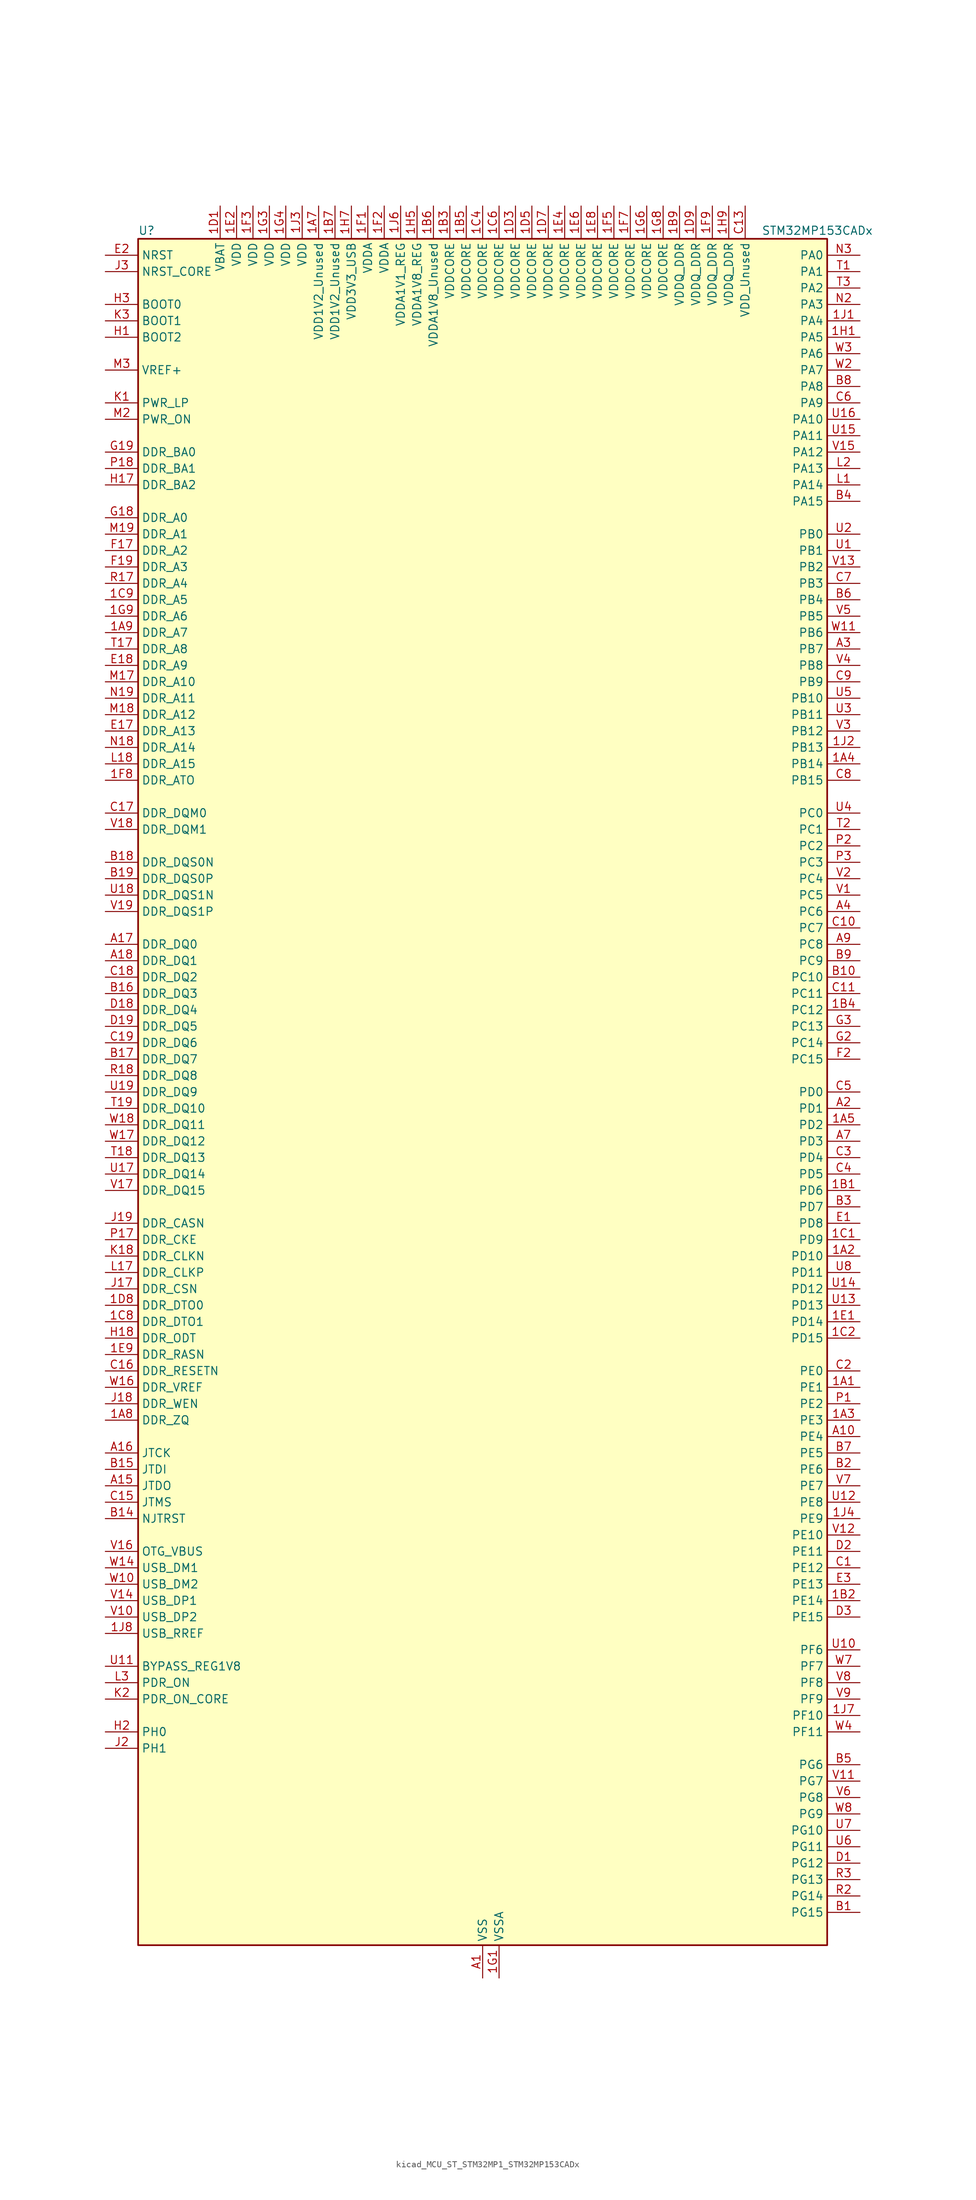
<source format=kicad_sym>
(kicad_symbol_lib
  (version 20220914)
  (generator kicad_symbol_editor)
  (symbol "kicad_MCU_ST_STM32MP1_STM32MP153CADx"
    (property "Reference" "U"
      (at -53.34 133.35 0)
      (effects (font (size 1.27 1.27)) (justify left)))
    (property "Value" "STM32MP153CADx"
      (at 43.18 133.35 0)
      (effects (font (size 1.27 1.27)) (justify left)))
    (property "ki_locked" ""
      (at 0 0 0)
      (effects (font (size 1.27 1.27))))
    (symbol "kicad_MCU_ST_STM32MP1_STM32MP153CADx_0_1"
      (rectangle (start -53.34 -132.08) (end 53.34 132.08) (stroke (width 0.254) (type default)) (fill (type background))))
    (symbol "kicad_MCU_ST_STM32MP1_STM32MP153CADx_1_1"
      (pin bidirectional line (at 58.42 -45.72 180) (length 5.08) (name "PE1" (effects (font (size 1.27 1.27)))) (number "1A1" (effects (font (size 1.27 1.27)))) (alternate "DCMI_D3" bidirectional line) (alternate "FMC_NBL1" bidirectional line) (alternate "I2S2_MCK" bidirectional line) (alternate "LPTIM1_IN2" bidirectional line) (alternate "SAI3_SD_B" bidirectional line) (alternate "UART8_TX" bidirectional line))
      (pin bidirectional line (at 58.42 -25.4 180) (length 5.08) (name "PD10" (effects (font (size 1.27 1.27)))) (number "1A2" (effects (font (size 1.27 1.27)))) (alternate "DFSDM1_CKOUT" bidirectional line) (alternate "FMC_D15" bidirectional line) (alternate "FMC_DA15" bidirectional line) (alternate "I2C5_SMBA" bidirectional line) (alternate "I2S3_SDI" bidirectional line) (alternate "LTDC_B3" bidirectional line) (alternate "RTC_REFIN" bidirectional line) (alternate "SAI3_FS_B" bidirectional line) (alternate "SPI3_MISO" bidirectional line) (alternate "TIM16_BKIN" bidirectional line) (alternate "USART3_CK" bidirectional line))
      (pin bidirectional line (at 58.42 -50.8 180) (length 5.08) (name "PE3" (effects (font (size 1.27 1.27)))) (number "1A3" (effects (font (size 1.27 1.27)))) (alternate "DEBUG_TRACED0" bidirectional line) (alternate "FMC_A19" bidirectional line) (alternate "SAI1_SD_B" bidirectional line) (alternate "SDMMC2_CK" bidirectional line) (alternate "TIM15_BKIN" bidirectional line))
      (pin bidirectional line (at 58.42 50.8 180) (length 5.08) (name "PB14" (effects (font (size 1.27 1.27)))) (number "1A4" (effects (font (size 1.27 1.27)))) (alternate "DFSDM1_DATIN2" bidirectional line) (alternate "I2S2_SDI" bidirectional line) (alternate "SDMMC2_D0" bidirectional line) (alternate "SPI2_MISO" bidirectional line) (alternate "TIM12_CH1" bidirectional line) (alternate "TIM1_CH2N" bidirectional line) (alternate "TIM8_CH2N" bidirectional line) (alternate "USART1_TX" bidirectional line) (alternate "USART3_DE" bidirectional line) (alternate "USART3_RTS" bidirectional line))
      (pin bidirectional line (at 58.42 -5.08 180) (length 5.08) (name "PD2" (effects (font (size 1.27 1.27)))) (number "1A5" (effects (font (size 1.27 1.27)))) (alternate "DCMI_D11" bidirectional line) (alternate "I2C5_SMBA" bidirectional line) (alternate "SDMMC1_CMD" bidirectional line) (alternate "TIM3_ETR" bidirectional line) (alternate "UART4_RX" bidirectional line) (alternate "UART5_RX" bidirectional line))
      (pin passive line (at 0 -137.16 90) (length 5.08) hide (name "VSS" (effects (font (size 1.27 1.27)))) (number "1A6" (effects (font (size 1.27 1.27)))))
      (pin power_in line (at -25.4 137.16 270) (length 5.08) (name "VDD1V2_Unused" (effects (font (size 1.27 1.27)))) (number "1A7" (effects (font (size 1.27 1.27)))))
      (pin bidirectional line (at -58.42 -50.8 0) (length 5.08) (name "DDR_ZQ" (effects (font (size 1.27 1.27)))) (number "1A8" (effects (font (size 1.27 1.27)))) (alternate "DDR_ZQ" bidirectional line))
      (pin bidirectional line (at -58.42 71.12 0) (length 5.08) (name "DDR_A7" (effects (font (size 1.27 1.27)))) (number "1A9" (effects (font (size 1.27 1.27)))) (alternate "DDR_A7" bidirectional line))
      (pin bidirectional line (at 58.42 -15.24 180) (length 5.08) (name "PD6" (effects (font (size 1.27 1.27)))) (number "1B1" (effects (font (size 1.27 1.27)))) (alternate "DCMI_D10" bidirectional line) (alternate "DFSDM1_CKIN4" bidirectional line) (alternate "DFSDM1_DATIN1" bidirectional line) (alternate "FMC_NWAIT" bidirectional line) (alternate "I2S3_SDO" bidirectional line) (alternate "LTDC_B2" bidirectional line) (alternate "SAI1_D1" bidirectional line) (alternate "SAI1_SD_A" bidirectional line) (alternate "SPI3_MOSI" bidirectional line) (alternate "TIM16_CH1N" bidirectional line) (alternate "USART2_RX" bidirectional line))
      (pin bidirectional line (at 58.42 -78.74 180) (length 5.08) (name "PE14" (effects (font (size 1.27 1.27)))) (number "1B2" (effects (font (size 1.27 1.27)))) (alternate "FMC_D11" bidirectional line) (alternate "FMC_DA11" bidirectional line) (alternate "LTDC_CLK" bidirectional line) (alternate "LTDC_G0" bidirectional line) (alternate "SAI2_MCLK_B" bidirectional line) (alternate "SDMMC1_D123DIR" bidirectional line) (alternate "SPI4_MOSI" bidirectional line) (alternate "TIM1_CH4" bidirectional line) (alternate "UART8_DE" bidirectional line) (alternate "UART8_RTS" bidirectional line))
      (pin power_in line (at -5.08 137.16 270) (length 5.08) (name "VDDCORE" (effects (font (size 1.27 1.27)))) (number "1B3" (effects (font (size 1.27 1.27)))))
      (pin bidirectional line (at 58.42 12.7 180) (length 5.08) (name "PC12" (effects (font (size 1.27 1.27)))) (number "1B4" (effects (font (size 1.27 1.27)))) (alternate "DCMI_D9" bidirectional line) (alternate "DEBUG_TRACECLK" bidirectional line) (alternate "I2S3_SDO" bidirectional line) (alternate "RCC_MCO_2" bidirectional line) (alternate "SAI4_D3" bidirectional line) (alternate "SAI4_SD_B" bidirectional line) (alternate "SDMMC1_CK" bidirectional line) (alternate "SPI3_MOSI" bidirectional line) (alternate "UART5_TX" bidirectional line) (alternate "USART3_CK" bidirectional line))
      (pin power_in line (at -2.54 137.16 270) (length 5.08) (name "VDDCORE" (effects (font (size 1.27 1.27)))) (number "1B5" (effects (font (size 1.27 1.27)))))
      (pin power_in line (at -7.62 137.16 270) (length 5.08) (name "VDDA1V8_Unused" (effects (font (size 1.27 1.27)))) (number "1B6" (effects (font (size 1.27 1.27)))))
      (pin power_in line (at -22.86 137.16 270) (length 5.08) (name "VDD1V2_Unused" (effects (font (size 1.27 1.27)))) (number "1B7" (effects (font (size 1.27 1.27)))))
      (pin passive line (at 0 -137.16 90) (length 5.08) hide (name "VSS" (effects (font (size 1.27 1.27)))) (number "1B8" (effects (font (size 1.27 1.27)))))
      (pin power_in line (at 30.48 137.16 270) (length 5.08) (name "VDDQ_DDR" (effects (font (size 1.27 1.27)))) (number "1B9" (effects (font (size 1.27 1.27)))))
      (pin bidirectional line (at 58.42 -22.86 180) (length 5.08) (name "PD9" (effects (font (size 1.27 1.27)))) (number "1C1" (effects (font (size 1.27 1.27)))) (alternate "DAC1_EXTI9" bidirectional line) (alternate "DCMI_HSYNC" bidirectional line) (alternate "DFSDM1_DATIN3" bidirectional line) (alternate "FMC_D14" bidirectional line) (alternate "FMC_DA14" bidirectional line) (alternate "LTDC_B0" bidirectional line) (alternate "SAI3_SD_B" bidirectional line) (alternate "USART3_RX" bidirectional line))
      (pin bidirectional line (at 58.42 -38.1 180) (length 5.08) (name "PD15" (effects (font (size 1.27 1.27)))) (number "1C2" (effects (font (size 1.27 1.27)))) (alternate "ADC1_EXTI15" bidirectional line) (alternate "ADC2_EXTI15" bidirectional line) (alternate "FMC_D1" bidirectional line) (alternate "FMC_DA1" bidirectional line) (alternate "LTDC_R1" bidirectional line) (alternate "SAI3_MCLK_A" bidirectional line) (alternate "TIM4_CH4" bidirectional line) (alternate "UART8_CTS" bidirectional line))
      (pin passive line (at 0 -137.16 90) (length 5.08) hide (name "VSS" (effects (font (size 1.27 1.27)))) (number "1C3" (effects (font (size 1.27 1.27)))))
      (pin power_in line (at 0 137.16 270) (length 5.08) (name "VDDCORE" (effects (font (size 1.27 1.27)))) (number "1C4" (effects (font (size 1.27 1.27)))))
      (pin passive line (at 0 -137.16 90) (length 5.08) hide (name "VSS" (effects (font (size 1.27 1.27)))) (number "1C5" (effects (font (size 1.27 1.27)))))
      (pin power_in line (at 2.54 137.16 270) (length 5.08) (name "VDDCORE" (effects (font (size 1.27 1.27)))) (number "1C6" (effects (font (size 1.27 1.27)))))
      (pin passive line (at 0 -137.16 90) (length 5.08) hide (name "VSS" (effects (font (size 1.27 1.27)))) (number "1C7" (effects (font (size 1.27 1.27)))))
      (pin bidirectional line (at -58.42 -35.56 0) (length 5.08) (name "DDR_DTO1" (effects (font (size 1.27 1.27)))) (number "1C8" (effects (font (size 1.27 1.27)))) (alternate "DDR_DTO1" bidirectional line))
      (pin bidirectional line (at -58.42 76.2 0) (length 5.08) (name "DDR_A5" (effects (font (size 1.27 1.27)))) (number "1C9" (effects (font (size 1.27 1.27)))) (alternate "DDR_A5" bidirectional line))
      (pin power_in line (at -40.64 137.16 270) (length 5.08) (name "VBAT" (effects (font (size 1.27 1.27)))) (number "1D1" (effects (font (size 1.27 1.27)))))
      (pin passive line (at 0 -137.16 90) (length 5.08) hide (name "VSS" (effects (font (size 1.27 1.27)))) (number "1D2" (effects (font (size 1.27 1.27)))))
      (pin power_in line (at 5.08 137.16 270) (length 5.08) (name "VDDCORE" (effects (font (size 1.27 1.27)))) (number "1D3" (effects (font (size 1.27 1.27)))))
      (pin passive line (at 0 -137.16 90) (length 5.08) hide (name "VSS" (effects (font (size 1.27 1.27)))) (number "1D4" (effects (font (size 1.27 1.27)))))
      (pin power_in line (at 7.62 137.16 270) (length 5.08) (name "VDDCORE" (effects (font (size 1.27 1.27)))) (number "1D5" (effects (font (size 1.27 1.27)))))
      (pin passive line (at 0 -137.16 90) (length 5.08) hide (name "VSS" (effects (font (size 1.27 1.27)))) (number "1D6" (effects (font (size 1.27 1.27)))))
      (pin power_in line (at 10.16 137.16 270) (length 5.08) (name "VDDCORE" (effects (font (size 1.27 1.27)))) (number "1D7" (effects (font (size 1.27 1.27)))))
      (pin bidirectional line (at -58.42 -33.02 0) (length 5.08) (name "DDR_DTO0" (effects (font (size 1.27 1.27)))) (number "1D8" (effects (font (size 1.27 1.27)))) (alternate "DDR_DTO0" bidirectional line))
      (pin power_in line (at 33.02 137.16 270) (length 5.08) (name "VDDQ_DDR" (effects (font (size 1.27 1.27)))) (number "1D9" (effects (font (size 1.27 1.27)))))
      (pin bidirectional line (at 58.42 -35.56 180) (length 5.08) (name "PD14" (effects (font (size 1.27 1.27)))) (number "1E1" (effects (font (size 1.27 1.27)))) (alternate "FMC_D0" bidirectional line) (alternate "FMC_DA0" bidirectional line) (alternate "SAI3_MCLK_B" bidirectional line) (alternate "TIM4_CH3" bidirectional line) (alternate "UART8_CTS" bidirectional line))
      (pin power_in line (at -38.1 137.16 270) (length 5.08) (name "VDD" (effects (font (size 1.27 1.27)))) (number "1E2" (effects (font (size 1.27 1.27)))))
      (pin passive line (at 0 -137.16 90) (length 5.08) hide (name "VSS" (effects (font (size 1.27 1.27)))) (number "1E3" (effects (font (size 1.27 1.27)))))
      (pin power_in line (at 12.7 137.16 270) (length 5.08) (name "VDDCORE" (effects (font (size 1.27 1.27)))) (number "1E4" (effects (font (size 1.27 1.27)))))
      (pin passive line (at 0 -137.16 90) (length 5.08) hide (name "VSS" (effects (font (size 1.27 1.27)))) (number "1E5" (effects (font (size 1.27 1.27)))))
      (pin power_in line (at 15.24 137.16 270) (length 5.08) (name "VDDCORE" (effects (font (size 1.27 1.27)))) (number "1E6" (effects (font (size 1.27 1.27)))))
      (pin passive line (at 0 -137.16 90) (length 5.08) hide (name "VSS" (effects (font (size 1.27 1.27)))) (number "1E7" (effects (font (size 1.27 1.27)))))
      (pin power_in line (at 17.78 137.16 270) (length 5.08) (name "VDDCORE" (effects (font (size 1.27 1.27)))) (number "1E8" (effects (font (size 1.27 1.27)))))
      (pin bidirectional line (at -58.42 -40.64 0) (length 5.08) (name "DDR_RASN" (effects (font (size 1.27 1.27)))) (number "1E9" (effects (font (size 1.27 1.27)))) (alternate "DDR_RASN" bidirectional line))
      (pin power_in line (at -17.78 137.16 270) (length 5.08) (name "VDDA" (effects (font (size 1.27 1.27)))) (number "1F1" (effects (font (size 1.27 1.27)))))
      (pin power_in line (at -15.24 137.16 270) (length 5.08) (name "VDDA" (effects (font (size 1.27 1.27)))) (number "1F2" (effects (font (size 1.27 1.27)))))
      (pin power_in line (at -35.56 137.16 270) (length 5.08) (name "VDD" (effects (font (size 1.27 1.27)))) (number "1F3" (effects (font (size 1.27 1.27)))))
      (pin passive line (at 0 -137.16 90) (length 5.08) hide (name "VSS" (effects (font (size 1.27 1.27)))) (number "1F4" (effects (font (size 1.27 1.27)))))
      (pin power_in line (at 20.32 137.16 270) (length 5.08) (name "VDDCORE" (effects (font (size 1.27 1.27)))) (number "1F5" (effects (font (size 1.27 1.27)))))
      (pin passive line (at 0 -137.16 90) (length 5.08) hide (name "VSS" (effects (font (size 1.27 1.27)))) (number "1F6" (effects (font (size 1.27 1.27)))))
      (pin power_in line (at 22.86 137.16 270) (length 5.08) (name "VDDCORE" (effects (font (size 1.27 1.27)))) (number "1F7" (effects (font (size 1.27 1.27)))))
      (pin bidirectional line (at -58.42 48.26 0) (length 5.08) (name "DDR_ATO" (effects (font (size 1.27 1.27)))) (number "1F8" (effects (font (size 1.27 1.27)))) (alternate "DDR_ATO" bidirectional line))
      (pin power_in line (at 35.56 137.16 270) (length 5.08) (name "VDDQ_DDR" (effects (font (size 1.27 1.27)))) (number "1F9" (effects (font (size 1.27 1.27)))))
      (pin power_in line (at 2.54 -137.16 90) (length 5.08) (name "VSSA" (effects (font (size 1.27 1.27)))) (number "1G1" (effects (font (size 1.27 1.27)))))
      (pin passive line (at 0 -137.16 90) (length 5.08) hide (name "VSS" (effects (font (size 1.27 1.27)))) (number "1G2" (effects (font (size 1.27 1.27)))))
      (pin power_in line (at -33.02 137.16 270) (length 5.08) (name "VDD" (effects (font (size 1.27 1.27)))) (number "1G3" (effects (font (size 1.27 1.27)))))
      (pin power_in line (at -30.48 137.16 270) (length 5.08) (name "VDD" (effects (font (size 1.27 1.27)))) (number "1G4" (effects (font (size 1.27 1.27)))))
      (pin passive line (at 0 -137.16 90) (length 5.08) hide (name "VSS" (effects (font (size 1.27 1.27)))) (number "1G5" (effects (font (size 1.27 1.27)))))
      (pin power_in line (at 25.4 137.16 270) (length 5.08) (name "VDDCORE" (effects (font (size 1.27 1.27)))) (number "1G6" (effects (font (size 1.27 1.27)))))
      (pin passive line (at 0 -137.16 90) (length 5.08) hide (name "VSS" (effects (font (size 1.27 1.27)))) (number "1G7" (effects (font (size 1.27 1.27)))))
      (pin power_in line (at 27.94 137.16 270) (length 5.08) (name "VDDCORE" (effects (font (size 1.27 1.27)))) (number "1G8" (effects (font (size 1.27 1.27)))))
      (pin bidirectional line (at -58.42 73.66 0) (length 5.08) (name "DDR_A6" (effects (font (size 1.27 1.27)))) (number "1G9" (effects (font (size 1.27 1.27)))) (alternate "DDR_A6" bidirectional line))
      (pin bidirectional line (at 58.42 116.84 180) (length 5.08) (name "PA5" (effects (font (size 1.27 1.27)))) (number "1H1" (effects (font (size 1.27 1.27)))) (alternate "ADC1_INN18" bidirectional line) (alternate "ADC1_INP19" bidirectional line) (alternate "ADC2_INN18" bidirectional line) (alternate "ADC2_INP19" bidirectional line) (alternate "DAC1_OUT2" bidirectional line) (alternate "I2S1_CK" bidirectional line) (alternate "LTDC_R4" bidirectional line) (alternate "SAI4_CK1" bidirectional line) (alternate "SAI4_MCLK_A" bidirectional line) (alternate "SPI1_SCK" bidirectional line) (alternate "SPI6_SCK" bidirectional line) (alternate "TIM2_CH1" bidirectional line) (alternate "TIM2_ETR" bidirectional line) (alternate "TIM8_CH1N" bidirectional line))
      (pin passive line (at 0 -137.16 90) (length 5.08) hide (name "VSS" (effects (font (size 1.27 1.27)))) (number "1H2" (effects (font (size 1.27 1.27)))))
      (pin passive line (at 0 -137.16 90) (length 5.08) hide (name "VSS" (effects (font (size 1.27 1.27)))) (number "1H3" (effects (font (size 1.27 1.27)))))
      (pin passive line (at 0 -137.16 90) (length 5.08) hide (name "VSS" (effects (font (size 1.27 1.27)))) (number "1H4" (effects (font (size 1.27 1.27)))))
      (pin power_in line (at -10.16 137.16 270) (length 5.08) (name "VDDA1V8_REG" (effects (font (size 1.27 1.27)))) (number "1H5" (effects (font (size 1.27 1.27)))))
      (pin passive line (at 0 -137.16 90) (length 5.08) hide (name "VSS" (effects (font (size 1.27 1.27)))) (number "1H6" (effects (font (size 1.27 1.27)))))
      (pin power_in line (at -20.32 137.16 270) (length 5.08) (name "VDD3V3_USB" (effects (font (size 1.27 1.27)))) (number "1H7" (effects (font (size 1.27 1.27)))))
      (pin passive line (at 0 -137.16 90) (length 5.08) hide (name "VSS" (effects (font (size 1.27 1.27)))) (number "1H8" (effects (font (size 1.27 1.27)))))
      (pin power_in line (at 38.1 137.16 270) (length 5.08) (name "VDDQ_DDR" (effects (font (size 1.27 1.27)))) (number "1H9" (effects (font (size 1.27 1.27)))))
      (pin bidirectional line (at 58.42 119.38 180) (length 5.08) (name "PA4" (effects (font (size 1.27 1.27)))) (number "1J1" (effects (font (size 1.27 1.27)))) (alternate "ADC1_INP18" bidirectional line) (alternate "ADC2_INP18" bidirectional line) (alternate "DAC1_OUT1" bidirectional line) (alternate "DCMI_HSYNC" bidirectional line) (alternate "HDP_HDP0" bidirectional line) (alternate "I2S1_WS" bidirectional line) (alternate "I2S3_WS" bidirectional line) (alternate "LTDC_VSYNC" bidirectional line) (alternate "SAI4_D2" bidirectional line) (alternate "SAI4_FS_A" bidirectional line) (alternate "SPI1_NSS" bidirectional line) (alternate "SPI3_NSS" bidirectional line) (alternate "SPI6_NSS" bidirectional line) (alternate "TIM5_ETR" bidirectional line) (alternate "USART2_CK" bidirectional line))
      (pin bidirectional line (at 58.42 53.34 180) (length 5.08) (name "PB13" (effects (font (size 1.27 1.27)))) (number "1J2" (effects (font (size 1.27 1.27)))) (alternate "DFSDM1_CKIN1" bidirectional line) (alternate "DFSDM1_CKOUT" bidirectional line) (alternate "ETH1_TXD1" bidirectional line) (alternate "FDCAN2_TX" bidirectional line) (alternate "I2S2_CK" bidirectional line) (alternate "LPTIM2_OUT" bidirectional line) (alternate "SPI2_SCK" bidirectional line) (alternate "TIM1_CH1N" bidirectional line) (alternate "UART5_TX" bidirectional line) (alternate "USART3_CTS" bidirectional line) (alternate "USART3_NSS" bidirectional line))
      (pin power_in line (at -27.94 137.16 270) (length 5.08) (name "VDD" (effects (font (size 1.27 1.27)))) (number "1J3" (effects (font (size 1.27 1.27)))))
      (pin bidirectional line (at 58.42 -66.04 180) (length 5.08) (name "PE9" (effects (font (size 1.27 1.27)))) (number "1J4" (effects (font (size 1.27 1.27)))) (alternate "DAC1_EXTI9" bidirectional line) (alternate "DFSDM1_CKOUT" bidirectional line) (alternate "FMC_D6" bidirectional line) (alternate "FMC_DA6" bidirectional line) (alternate "QUADSPI_BK2_IO2" bidirectional line) (alternate "TIM1_CH1" bidirectional line) (alternate "UART7_DE" bidirectional line) (alternate "UART7_RTS" bidirectional line))
      (pin passive line (at 0 -137.16 90) (length 5.08) hide (name "VSS" (effects (font (size 1.27 1.27)))) (number "1J5" (effects (font (size 1.27 1.27)))))
      (pin power_in line (at -12.7 137.16 270) (length 5.08) (name "VDDA1V1_REG" (effects (font (size 1.27 1.27)))) (number "1J6" (effects (font (size 1.27 1.27)))))
      (pin bidirectional line (at 58.42 -96.52 180) (length 5.08) (name "PF10" (effects (font (size 1.27 1.27)))) (number "1J7" (effects (font (size 1.27 1.27)))) (alternate "DCMI_D11" bidirectional line) (alternate "LTDC_DE" bidirectional line) (alternate "QUADSPI_CLK" bidirectional line) (alternate "SAI1_D3" bidirectional line) (alternate "SAI1_D4" bidirectional line) (alternate "SAI4_D3" bidirectional line) (alternate "SAI4_D4" bidirectional line) (alternate "TIM16_BKIN" bidirectional line))
      (pin bidirectional line (at -58.42 -83.82 0) (length 5.08) (name "USB_RREF" (effects (font (size 1.27 1.27)))) (number "1J8" (effects (font (size 1.27 1.27)))))
      (pin passive line (at 0 -137.16 90) (length 5.08) hide (name "VSS" (effects (font (size 1.27 1.27)))) (number "1J9" (effects (font (size 1.27 1.27)))))
      (pin power_in line (at 0 -137.16 90) (length 5.08) (name "VSS" (effects (font (size 1.27 1.27)))) (number "A1" (effects (font (size 1.27 1.27)))))
      (pin bidirectional line (at 58.42 -53.34 180) (length 5.08) (name "PE4" (effects (font (size 1.27 1.27)))) (number "A10" (effects (font (size 1.27 1.27)))) (alternate "DCMI_D4" bidirectional line) (alternate "DEBUG_TRACED1" bidirectional line) (alternate "DFSDM1_DATIN3" bidirectional line) (alternate "FMC_A20" bidirectional line) (alternate "LTDC_B0" bidirectional line) (alternate "SAI1_D2" bidirectional line) (alternate "SAI1_FS_A" bidirectional line) (alternate "SDMMC1_CKIN" bidirectional line) (alternate "SDMMC1_D4" bidirectional line) (alternate "SDMMC2_CKIN" bidirectional line) (alternate "SDMMC2_D4" bidirectional line) (alternate "SPI4_NSS" bidirectional line) (alternate "TIM15_CH1N" bidirectional line))
      (pin no_connect line (at -53.34 -132.08 0) (length 5.08) hide (name "DNU" (effects (font (size 1.27 1.27)))) (number "A12" (effects (font (size 1.27 1.27)))))
      (pin no_connect line (at -53.34 -129.54 0) (length 5.08) hide (name "DNU" (effects (font (size 1.27 1.27)))) (number "A13" (effects (font (size 1.27 1.27)))))
      (pin bidirectional line (at -58.42 -60.96 0) (length 5.08) (name "JTDO" (effects (font (size 1.27 1.27)))) (number "A15" (effects (font (size 1.27 1.27)))) (alternate "DEBUG_JTDO-SWO" bidirectional line))
      (pin bidirectional line (at -58.42 -55.88 0) (length 5.08) (name "JTCK" (effects (font (size 1.27 1.27)))) (number "A16" (effects (font (size 1.27 1.27)))) (alternate "DEBUG_JTCK-SWCLK" bidirectional line))
      (pin bidirectional line (at -58.42 22.86 0) (length 5.08) (name "DDR_DQ0" (effects (font (size 1.27 1.27)))) (number "A17" (effects (font (size 1.27 1.27)))) (alternate "DDR_DQ0" bidirectional line))
      (pin bidirectional line (at -58.42 20.32 0) (length 5.08) (name "DDR_DQ1" (effects (font (size 1.27 1.27)))) (number "A18" (effects (font (size 1.27 1.27)))) (alternate "DDR_DQ1" bidirectional line))
      (pin passive line (at 0 -137.16 90) (length 5.08) hide (name "VSS" (effects (font (size 1.27 1.27)))) (number "A19" (effects (font (size 1.27 1.27)))))
      (pin bidirectional line (at 58.42 -2.54 180) (length 5.08) (name "PD1" (effects (font (size 1.27 1.27)))) (number "A2" (effects (font (size 1.27 1.27)))) (alternate "DFSDM1_CKIN7" bidirectional line) (alternate "DFSDM1_DATIN6" bidirectional line) (alternate "FDCAN1_TX" bidirectional line) (alternate "FMC_D3" bidirectional line) (alternate "FMC_DA3" bidirectional line) (alternate "I2C5_SCL" bidirectional line) (alternate "I2C6_SCL" bidirectional line) (alternate "SAI3_SD_A" bidirectional line) (alternate "SDMMC3_D0" bidirectional line) (alternate "UART4_TX" bidirectional line))
      (pin bidirectional line (at 58.42 68.58 180) (length 5.08) (name "PB7" (effects (font (size 1.27 1.27)))) (number "A3" (effects (font (size 1.27 1.27)))) (alternate "DCMI_VSYNC" bidirectional line) (alternate "DFSDM1_CKIN5" bidirectional line) (alternate "FMC_NL" bidirectional line) (alternate "I2C1_SDA" bidirectional line) (alternate "I2C4_SDA" bidirectional line) (alternate "SDMMC2_D1" bidirectional line) (alternate "TIM17_CH1N" bidirectional line) (alternate "TIM4_CH2" bidirectional line) (alternate "USART1_RX" bidirectional line))
      (pin bidirectional line (at 58.42 27.94 180) (length 5.08) (name "PC6" (effects (font (size 1.27 1.27)))) (number "A4" (effects (font (size 1.27 1.27)))) (alternate "DCMI_D0" bidirectional line) (alternate "DFSDM1_CKIN3" bidirectional line) (alternate "HDP_HDP1" bidirectional line) (alternate "I2S2_MCK" bidirectional line) (alternate "LTDC_HSYNC" bidirectional line) (alternate "SDMMC1_D0DIR" bidirectional line) (alternate "SDMMC1_D6" bidirectional line) (alternate "SDMMC2_D0DIR" bidirectional line) (alternate "SDMMC2_D6" bidirectional line) (alternate "TIM3_CH1" bidirectional line) (alternate "TIM8_CH1" bidirectional line) (alternate "USART6_TX" bidirectional line))
      (pin passive line (at 0 -137.16 90) (length 5.08) hide (name "VSS" (effects (font (size 1.27 1.27)))) (number "A6" (effects (font (size 1.27 1.27)))))
      (pin bidirectional line (at 58.42 -7.62 180) (length 5.08) (name "PD3" (effects (font (size 1.27 1.27)))) (number "A7" (effects (font (size 1.27 1.27)))) (alternate "DCMI_D5" bidirectional line) (alternate "DFSDM1_CKOUT" bidirectional line) (alternate "DFSDM1_DATIN0" bidirectional line) (alternate "FMC_CLK" bidirectional line) (alternate "HDP_HDP5" bidirectional line) (alternate "I2S2_CK" bidirectional line) (alternate "LTDC_G7" bidirectional line) (alternate "SDMMC1_D123DIR" bidirectional line) (alternate "SDMMC1_D7" bidirectional line) (alternate "SDMMC2_D123DIR" bidirectional line) (alternate "SDMMC2_D7" bidirectional line) (alternate "SPI2_SCK" bidirectional line) (alternate "USART2_CTS" bidirectional line) (alternate "USART2_NSS" bidirectional line))
      (pin bidirectional line (at 58.42 22.86 180) (length 5.08) (name "PC8" (effects (font (size 1.27 1.27)))) (number "A9" (effects (font (size 1.27 1.27)))) (alternate "DCMI_D2" bidirectional line) (alternate "DEBUG_TRACED0" bidirectional line) (alternate "SDMMC1_D0" bidirectional line) (alternate "TIM3_CH3" bidirectional line) (alternate "TIM8_CH3" bidirectional line) (alternate "UART4_TX" bidirectional line) (alternate "UART5_DE" bidirectional line) (alternate "UART5_RTS" bidirectional line) (alternate "USART6_CK" bidirectional line))
      (pin bidirectional line (at 58.42 -127 180) (length 5.08) (name "PG15" (effects (font (size 1.27 1.27)))) (number "B1" (effects (font (size 1.27 1.27)))) (alternate "ADC1_EXTI15" bidirectional line) (alternate "ADC2_EXTI15" bidirectional line) (alternate "DCMI_D13" bidirectional line) (alternate "DEBUG_TRACED7" bidirectional line) (alternate "I2C2_SDA" bidirectional line) (alternate "SAI1_D2" bidirectional line) (alternate "SAI1_FS_A" bidirectional line) (alternate "SDMMC3_CK" bidirectional line) (alternate "USART6_CTS" bidirectional line) (alternate "USART6_NSS" bidirectional line))
      (pin bidirectional line (at 58.42 17.78 180) (length 5.08) (name "PC10" (effects (font (size 1.27 1.27)))) (number "B10" (effects (font (size 1.27 1.27)))) (alternate "DCMI_D8" bidirectional line) (alternate "DEBUG_TRACED2" bidirectional line) (alternate "DFSDM1_CKIN5" bidirectional line) (alternate "I2S3_CK" bidirectional line) (alternate "LTDC_R2" bidirectional line) (alternate "QUADSPI_BK1_IO1" bidirectional line) (alternate "SAI4_MCLK_B" bidirectional line) (alternate "SDMMC1_D2" bidirectional line) (alternate "SPI3_SCK" bidirectional line) (alternate "UART4_TX" bidirectional line) (alternate "USART3_TX" bidirectional line))
      (pin no_connect line (at -53.34 -127 0) (length 5.08) hide (name "DNU" (effects (font (size 1.27 1.27)))) (number "B11" (effects (font (size 1.27 1.27)))))
      (pin no_connect line (at -53.34 -124.46 0) (length 5.08) hide (name "DNU" (effects (font (size 1.27 1.27)))) (number "B12" (effects (font (size 1.27 1.27)))))
      (pin no_connect line (at -53.34 -121.92 0) (length 5.08) hide (name "DNU" (effects (font (size 1.27 1.27)))) (number "B13" (effects (font (size 1.27 1.27)))))
      (pin bidirectional line (at -58.42 -66.04 0) (length 5.08) (name "NJTRST" (effects (font (size 1.27 1.27)))) (number "B14" (effects (font (size 1.27 1.27)))) (alternate "DEBUG_JTRST" bidirectional line))
      (pin bidirectional line (at -58.42 -58.42 0) (length 5.08) (name "JTDI" (effects (font (size 1.27 1.27)))) (number "B15" (effects (font (size 1.27 1.27)))) (alternate "DEBUG_JTDI" bidirectional line))
      (pin bidirectional line (at -58.42 15.24 0) (length 5.08) (name "DDR_DQ3" (effects (font (size 1.27 1.27)))) (number "B16" (effects (font (size 1.27 1.27)))) (alternate "DDR_DQ3" bidirectional line))
      (pin bidirectional line (at -58.42 5.08 0) (length 5.08) (name "DDR_DQ7" (effects (font (size 1.27 1.27)))) (number "B17" (effects (font (size 1.27 1.27)))) (alternate "DDR_DQ7" bidirectional line))
      (pin bidirectional line (at -58.42 35.56 0) (length 5.08) (name "DDR_DQS0N" (effects (font (size 1.27 1.27)))) (number "B18" (effects (font (size 1.27 1.27)))) (alternate "DDR_DQS0N" bidirectional line))
      (pin bidirectional line (at -58.42 33.02 0) (length 5.08) (name "DDR_DQS0P" (effects (font (size 1.27 1.27)))) (number "B19" (effects (font (size 1.27 1.27)))) (alternate "DDR_DQS0P" bidirectional line))
      (pin bidirectional line (at 58.42 -58.42 180) (length 5.08) (name "PE6" (effects (font (size 1.27 1.27)))) (number "B2" (effects (font (size 1.27 1.27)))) (alternate "DCMI_D7" bidirectional line) (alternate "DEBUG_TRACED2" bidirectional line) (alternate "FMC_A22" bidirectional line) (alternate "LTDC_G1" bidirectional line) (alternate "SAI1_D1" bidirectional line) (alternate "SAI1_SD_A" bidirectional line) (alternate "SAI2_MCLK_B" bidirectional line) (alternate "SDMMC1_D2" bidirectional line) (alternate "SDMMC2_D0" bidirectional line) (alternate "SPI4_MOSI" bidirectional line) (alternate "TIM15_CH2" bidirectional line) (alternate "TIM1_BKIN2" bidirectional line))
      (pin bidirectional line (at 58.42 -17.78 180) (length 5.08) (name "PD7" (effects (font (size 1.27 1.27)))) (number "B3" (effects (font (size 1.27 1.27)))) (alternate "DEBUG_TRACED6" bidirectional line) (alternate "DFSDM1_CKIN1" bidirectional line) (alternate "DFSDM1_DATIN4" bidirectional line) (alternate "FMC_NE1" bidirectional line) (alternate "I2C2_SCL" bidirectional line) (alternate "SDMMC3_D3" bidirectional line) (alternate "SPDIFRX_IN0" bidirectional line) (alternate "USART2_CK" bidirectional line))
      (pin bidirectional line (at 58.42 91.44 180) (length 5.08) (name "PA15" (effects (font (size 1.27 1.27)))) (number "B4" (effects (font (size 1.27 1.27)))) (alternate "ADC1_EXTI15" bidirectional line) (alternate "ADC2_EXTI15" bidirectional line) (alternate "CEC" bidirectional line) (alternate "DEBUG_DBTRGI" bidirectional line) (alternate "I2S1_WS" bidirectional line) (alternate "I2S3_WS" bidirectional line) (alternate "LTDC_R1" bidirectional line) (alternate "SAI4_D2" bidirectional line) (alternate "SAI4_FS_A" bidirectional line) (alternate "SDMMC1_CDIR" bidirectional line) (alternate "SDMMC1_D5" bidirectional line) (alternate "SDMMC2_CDIR" bidirectional line) (alternate "SDMMC2_D5" bidirectional line) (alternate "SPI1_NSS" bidirectional line) (alternate "SPI3_NSS" bidirectional line) (alternate "SPI6_NSS" bidirectional line) (alternate "TIM2_CH1" bidirectional line) (alternate "TIM2_ETR" bidirectional line) (alternate "UART4_DE" bidirectional line) (alternate "UART4_RTS" bidirectional line) (alternate "UART7_TX" bidirectional line))
      (pin bidirectional line (at 58.42 -104.14 180) (length 5.08) (name "PG6" (effects (font (size 1.27 1.27)))) (number "B5" (effects (font (size 1.27 1.27)))) (alternate "DCMI_D12" bidirectional line) (alternate "DEBUG_TRACED14" bidirectional line) (alternate "LTDC_R7" bidirectional line) (alternate "SDMMC2_CMD" bidirectional line) (alternate "TIM17_BKIN" bidirectional line))
      (pin bidirectional line (at 58.42 76.2 180) (length 5.08) (name "PB4" (effects (font (size 1.27 1.27)))) (number "B6" (effects (font (size 1.27 1.27)))) (alternate "DEBUG_TRACED8" bidirectional line) (alternate "I2S1_SDI" bidirectional line) (alternate "I2S2_WS" bidirectional line) (alternate "I2S3_SDI" bidirectional line) (alternate "SAI4_CK2" bidirectional line) (alternate "SAI4_SCK_A" bidirectional line) (alternate "SDMMC2_D3" bidirectional line) (alternate "SPI1_MISO" bidirectional line) (alternate "SPI2_NSS" bidirectional line) (alternate "SPI3_MISO" bidirectional line) (alternate "SPI6_MISO" bidirectional line) (alternate "TIM16_BKIN" bidirectional line) (alternate "TIM3_CH1" bidirectional line) (alternate "UART7_TX" bidirectional line))
      (pin bidirectional line (at 58.42 -55.88 180) (length 5.08) (name "PE5" (effects (font (size 1.27 1.27)))) (number "B7" (effects (font (size 1.27 1.27)))) (alternate "DCMI_D6" bidirectional line) (alternate "DEBUG_TRACED3" bidirectional line) (alternate "DFSDM1_CKIN3" bidirectional line) (alternate "FMC_A21" bidirectional line) (alternate "LTDC_G0" bidirectional line) (alternate "SAI1_CK2" bidirectional line) (alternate "SAI1_SCK_A" bidirectional line) (alternate "SDMMC1_D0DIR" bidirectional line) (alternate "SDMMC1_D6" bidirectional line) (alternate "SDMMC2_D0DIR" bidirectional line) (alternate "SDMMC2_D6" bidirectional line) (alternate "SPI4_MISO" bidirectional line) (alternate "TIM15_CH1" bidirectional line))
      (pin bidirectional line (at 58.42 109.22 180) (length 5.08) (name "PA8" (effects (font (size 1.27 1.27)))) (number "B8" (effects (font (size 1.27 1.27)))) (alternate "I2C3_SCL" bidirectional line) (alternate "I2S3_SDO" bidirectional line) (alternate "LTDC_R6" bidirectional line) (alternate "RCC_MCO_1" bidirectional line) (alternate "SAI4_SD_B" bidirectional line) (alternate "SDMMC2_CKIN" bidirectional line) (alternate "SDMMC2_D4" bidirectional line) (alternate "SPI3_MOSI" bidirectional line) (alternate "TIM1_CH1" bidirectional line) (alternate "TIM8_BKIN2" bidirectional line) (alternate "UART7_RX" bidirectional line) (alternate "USART1_CK" bidirectional line) (alternate "USB_OTG_HS_SOF" bidirectional line))
      (pin bidirectional line (at 58.42 20.32 180) (length 5.08) (name "PC9" (effects (font (size 1.27 1.27)))) (number "B9" (effects (font (size 1.27 1.27)))) (alternate "DAC1_EXTI9" bidirectional line) (alternate "DCMI_D3" bidirectional line) (alternate "DEBUG_TRACED1" bidirectional line) (alternate "I2C3_SDA" bidirectional line) (alternate "I2S_CKIN" bidirectional line) (alternate "LTDC_B2" bidirectional line) (alternate "QUADSPI_BK1_IO0" bidirectional line) (alternate "SDMMC1_D1" bidirectional line) (alternate "TIM3_CH4" bidirectional line) (alternate "TIM8_CH4" bidirectional line) (alternate "UART5_CTS" bidirectional line))
      (pin bidirectional line (at 58.42 -73.66 180) (length 5.08) (name "PE12" (effects (font (size 1.27 1.27)))) (number "C1" (effects (font (size 1.27 1.27)))) (alternate "DFSDM1_DATIN5" bidirectional line) (alternate "FMC_D9" bidirectional line) (alternate "FMC_DA9" bidirectional line) (alternate "LTDC_B4" bidirectional line) (alternate "SAI2_SCK_B" bidirectional line) (alternate "SDMMC1_D0DIR" bidirectional line) (alternate "SPI4_SCK" bidirectional line) (alternate "TIM1_CH3N" bidirectional line))
      (pin bidirectional line (at 58.42 25.4 180) (length 5.08) (name "PC7" (effects (font (size 1.27 1.27)))) (number "C10" (effects (font (size 1.27 1.27)))) (alternate "DCMI_D1" bidirectional line) (alternate "DFSDM1_DATIN3" bidirectional line) (alternate "HDP_HDP4" bidirectional line) (alternate "I2S3_MCK" bidirectional line) (alternate "LTDC_G6" bidirectional line) (alternate "SDMMC1_D123DIR" bidirectional line) (alternate "SDMMC1_D7" bidirectional line) (alternate "SDMMC2_D123DIR" bidirectional line) (alternate "SDMMC2_D7" bidirectional line) (alternate "TIM3_CH2" bidirectional line) (alternate "TIM8_CH2" bidirectional line) (alternate "USART6_RX" bidirectional line))
      (pin bidirectional line (at 58.42 15.24 180) (length 5.08) (name "PC11" (effects (font (size 1.27 1.27)))) (number "C11" (effects (font (size 1.27 1.27)))) (alternate "ADC1_EXTI11" bidirectional line) (alternate "ADC2_EXTI11" bidirectional line) (alternate "DCMI_D4" bidirectional line) (alternate "DEBUG_TRACED3" bidirectional line) (alternate "DFSDM1_DATIN5" bidirectional line) (alternate "I2S3_SDI" bidirectional line) (alternate "QUADSPI_BK2_NCS" bidirectional line) (alternate "SAI4_SCK_B" bidirectional line) (alternate "SDMMC1_D3" bidirectional line) (alternate "SPI3_MISO" bidirectional line) (alternate "UART4_RX" bidirectional line) (alternate "USART3_RX" bidirectional line))
      (pin no_connect line (at -53.34 -119.38 0) (length 5.08) hide (name "DNU" (effects (font (size 1.27 1.27)))) (number "C12" (effects (font (size 1.27 1.27)))))
      (pin power_in line (at 40.64 137.16 270) (length 5.08) (name "VDD_Unused" (effects (font (size 1.27 1.27)))) (number "C13" (effects (font (size 1.27 1.27)))))
      (pin passive line (at 0 -137.16 90) (length 5.08) hide (name "VSS" (effects (font (size 1.27 1.27)))) (number "C14" (effects (font (size 1.27 1.27)))))
      (pin bidirectional line (at -58.42 -63.5 0) (length 5.08) (name "JTMS" (effects (font (size 1.27 1.27)))) (number "C15" (effects (font (size 1.27 1.27)))) (alternate "DEBUG_JTMS-SWDIO" bidirectional line))
      (pin bidirectional line (at -58.42 -43.18 0) (length 5.08) (name "DDR_RESETN" (effects (font (size 1.27 1.27)))) (number "C16" (effects (font (size 1.27 1.27)))) (alternate "DDR_RESETN" bidirectional line))
      (pin bidirectional line (at -58.42 43.18 0) (length 5.08) (name "DDR_DQM0" (effects (font (size 1.27 1.27)))) (number "C17" (effects (font (size 1.27 1.27)))) (alternate "DDR_DQM0" bidirectional line))
      (pin bidirectional line (at -58.42 17.78 0) (length 5.08) (name "DDR_DQ2" (effects (font (size 1.27 1.27)))) (number "C18" (effects (font (size 1.27 1.27)))) (alternate "DDR_DQ2" bidirectional line))
      (pin bidirectional line (at -58.42 7.62 0) (length 5.08) (name "DDR_DQ6" (effects (font (size 1.27 1.27)))) (number "C19" (effects (font (size 1.27 1.27)))) (alternate "DDR_DQ6" bidirectional line))
      (pin bidirectional line (at 58.42 -43.18 180) (length 5.08) (name "PE0" (effects (font (size 1.27 1.27)))) (number "C2" (effects (font (size 1.27 1.27)))) (alternate "DCMI_D2" bidirectional line) (alternate "FMC_NBL0" bidirectional line) (alternate "I2S3_CK" bidirectional line) (alternate "LPTIM1_ETR" bidirectional line) (alternate "LPTIM2_ETR" bidirectional line) (alternate "SAI2_MCLK_A" bidirectional line) (alternate "SAI4_MCLK_B" bidirectional line) (alternate "SPI3_SCK" bidirectional line) (alternate "TIM4_ETR" bidirectional line) (alternate "UART8_RX" bidirectional line))
      (pin bidirectional line (at 58.42 -10.16 180) (length 5.08) (name "PD4" (effects (font (size 1.27 1.27)))) (number "C3" (effects (font (size 1.27 1.27)))) (alternate "DFSDM1_CKIN0" bidirectional line) (alternate "FMC_NOE" bidirectional line) (alternate "SAI3_FS_A" bidirectional line) (alternate "SDMMC3_D1" bidirectional line) (alternate "USART2_DE" bidirectional line) (alternate "USART2_RTS" bidirectional line))
      (pin bidirectional line (at 58.42 -12.7 180) (length 5.08) (name "PD5" (effects (font (size 1.27 1.27)))) (number "C4" (effects (font (size 1.27 1.27)))) (alternate "FMC_NWE" bidirectional line) (alternate "SDMMC3_D2" bidirectional line) (alternate "USART2_TX" bidirectional line))
      (pin bidirectional line (at 58.42 0 180) (length 5.08) (name "PD0" (effects (font (size 1.27 1.27)))) (number "C5" (effects (font (size 1.27 1.27)))) (alternate "DFSDM1_CKIN6" bidirectional line) (alternate "DFSDM1_DATIN7" bidirectional line) (alternate "FDCAN1_RX" bidirectional line) (alternate "FMC_D2" bidirectional line) (alternate "FMC_DA2" bidirectional line) (alternate "I2C5_SDA" bidirectional line) (alternate "I2C6_SDA" bidirectional line) (alternate "SAI3_SCK_A" bidirectional line) (alternate "SDMMC3_CMD" bidirectional line) (alternate "UART4_RX" bidirectional line))
      (pin bidirectional line (at 58.42 106.68 180) (length 5.08) (name "PA9" (effects (font (size 1.27 1.27)))) (number "C6" (effects (font (size 1.27 1.27)))) (alternate "DAC1_EXTI9" bidirectional line) (alternate "DCMI_D0" bidirectional line) (alternate "I2C3_SMBA" bidirectional line) (alternate "I2S2_CK" bidirectional line) (alternate "LTDC_R5" bidirectional line) (alternate "SDMMC2_CDIR" bidirectional line) (alternate "SDMMC2_D5" bidirectional line) (alternate "SPI2_SCK" bidirectional line) (alternate "TIM1_CH2" bidirectional line) (alternate "USART1_TX" bidirectional line))
      (pin bidirectional line (at 58.42 78.74 180) (length 5.08) (name "PB3" (effects (font (size 1.27 1.27)))) (number "C7" (effects (font (size 1.27 1.27)))) (alternate "DEBUG_TRACED9" bidirectional line) (alternate "I2S1_CK" bidirectional line) (alternate "I2S3_CK" bidirectional line) (alternate "SAI4_CK1" bidirectional line) (alternate "SAI4_MCLK_A" bidirectional line) (alternate "SDMMC2_D2" bidirectional line) (alternate "SPI1_SCK" bidirectional line) (alternate "SPI3_SCK" bidirectional line) (alternate "SPI6_SCK" bidirectional line) (alternate "TIM2_CH2" bidirectional line) (alternate "UART7_RX" bidirectional line))
      (pin bidirectional line (at 58.42 48.26 180) (length 5.08) (name "PB15" (effects (font (size 1.27 1.27)))) (number "C8" (effects (font (size 1.27 1.27)))) (alternate "ADC1_EXTI15" bidirectional line) (alternate "ADC2_EXTI15" bidirectional line) (alternate "DFSDM1_CKIN2" bidirectional line) (alternate "I2S2_SDO" bidirectional line) (alternate "RTC_REFIN" bidirectional line) (alternate "SDMMC2_D1" bidirectional line) (alternate "SPI2_MOSI" bidirectional line) (alternate "TIM12_CH2" bidirectional line) (alternate "TIM1_CH3N" bidirectional line) (alternate "TIM8_CH3N" bidirectional line) (alternate "USART1_RX" bidirectional line))
      (pin bidirectional line (at 58.42 63.5 180) (length 5.08) (name "PB9" (effects (font (size 1.27 1.27)))) (number "C9" (effects (font (size 1.27 1.27)))) (alternate "DAC1_EXTI9" bidirectional line) (alternate "DCMI_D7" bidirectional line) (alternate "DFSDM1_DATIN7" bidirectional line) (alternate "FDCAN1_TX" bidirectional line) (alternate "HDP_HDP7" bidirectional line) (alternate "I2C1_SDA" bidirectional line) (alternate "I2C4_SDA" bidirectional line) (alternate "I2S2_WS" bidirectional line) (alternate "LTDC_B7" bidirectional line) (alternate "SDMMC1_CDIR" bidirectional line) (alternate "SDMMC1_D5" bidirectional line) (alternate "SDMMC2_CDIR" bidirectional line) (alternate "SDMMC2_D5" bidirectional line) (alternate "SPI2_NSS" bidirectional line) (alternate "TIM17_CH1" bidirectional line) (alternate "TIM4_CH4" bidirectional line) (alternate "UART4_TX" bidirectional line))
      (pin bidirectional line (at 58.42 -119.38 180) (length 5.08) (name "PG12" (effects (font (size 1.27 1.27)))) (number "D1" (effects (font (size 1.27 1.27)))) (alternate "ETH1_PHY_INTN" bidirectional line) (alternate "FMC_NE4" bidirectional line) (alternate "LPTIM1_IN1" bidirectional line) (alternate "LTDC_B1" bidirectional line) (alternate "LTDC_B4" bidirectional line) (alternate "SAI4_CK2" bidirectional line) (alternate "SAI4_SCK_A" bidirectional line) (alternate "SPDIFRX_IN1" bidirectional line) (alternate "SPI6_MISO" bidirectional line) (alternate "USART6_DE" bidirectional line) (alternate "USART6_RTS" bidirectional line))
      (pin passive line (at 0 -137.16 90) (length 5.08) hide (name "VSS" (effects (font (size 1.27 1.27)))) (number "D17" (effects (font (size 1.27 1.27)))))
      (pin bidirectional line (at -58.42 12.7 0) (length 5.08) (name "DDR_DQ4" (effects (font (size 1.27 1.27)))) (number "D18" (effects (font (size 1.27 1.27)))) (alternate "DDR_DQ4" bidirectional line))
      (pin bidirectional line (at -58.42 10.16 0) (length 5.08) (name "DDR_DQ5" (effects (font (size 1.27 1.27)))) (number "D19" (effects (font (size 1.27 1.27)))) (alternate "DDR_DQ5" bidirectional line))
      (pin bidirectional line (at 58.42 -71.12 180) (length 5.08) (name "PE11" (effects (font (size 1.27 1.27)))) (number "D2" (effects (font (size 1.27 1.27)))) (alternate "ADC1_EXTI11" bidirectional line) (alternate "ADC2_EXTI11" bidirectional line) (alternate "DCMI_D4" bidirectional line) (alternate "DFSDM1_CKIN4" bidirectional line) (alternate "FMC_D8" bidirectional line) (alternate "FMC_DA8" bidirectional line) (alternate "LTDC_G3" bidirectional line) (alternate "SAI2_SD_B" bidirectional line) (alternate "SPI4_NSS" bidirectional line) (alternate "TIM1_CH2" bidirectional line) (alternate "USART6_CK" bidirectional line))
      (pin bidirectional line (at 58.42 -81.28 180) (length 5.08) (name "PE15" (effects (font (size 1.27 1.27)))) (number "D3" (effects (font (size 1.27 1.27)))) (alternate "ADC1_EXTI15" bidirectional line) (alternate "ADC2_EXTI15" bidirectional line) (alternate "FMC_D12" bidirectional line) (alternate "FMC_DA12" bidirectional line) (alternate "FMC_NCE2" bidirectional line) (alternate "HDP_HDP3" bidirectional line) (alternate "LTDC_R7" bidirectional line) (alternate "TIM15_BKIN" bidirectional line) (alternate "TIM1_BKIN" bidirectional line) (alternate "UART8_CTS" bidirectional line) (alternate "USART2_CTS" bidirectional line) (alternate "USART2_NSS" bidirectional line))
      (pin bidirectional line (at 58.42 -20.32 180) (length 5.08) (name "PD8" (effects (font (size 1.27 1.27)))) (number "E1" (effects (font (size 1.27 1.27)))) (alternate "DFSDM1_CKIN3" bidirectional line) (alternate "FMC_D13" bidirectional line) (alternate "FMC_DA13" bidirectional line) (alternate "LTDC_B7" bidirectional line) (alternate "SAI3_SCK_B" bidirectional line) (alternate "SPDIFRX_IN1" bidirectional line) (alternate "USART3_TX" bidirectional line))
      (pin bidirectional line (at -58.42 55.88 0) (length 5.08) (name "DDR_A13" (effects (font (size 1.27 1.27)))) (number "E17" (effects (font (size 1.27 1.27)))) (alternate "DDR_A13" bidirectional line))
      (pin bidirectional line (at -58.42 66.04 0) (length 5.08) (name "DDR_A9" (effects (font (size 1.27 1.27)))) (number "E18" (effects (font (size 1.27 1.27)))) (alternate "DDR_A9" bidirectional line))
      (pin input line (at -58.42 129.54 0) (length 5.08) (name "NRST" (effects (font (size 1.27 1.27)))) (number "E2" (effects (font (size 1.27 1.27)))))
      (pin bidirectional line (at 58.42 -76.2 180) (length 5.08) (name "PE13" (effects (font (size 1.27 1.27)))) (number "E3" (effects (font (size 1.27 1.27)))) (alternate "DCMI_D6" bidirectional line) (alternate "DFSDM1_CKIN5" bidirectional line) (alternate "FMC_D10" bidirectional line) (alternate "FMC_DA10" bidirectional line) (alternate "HDP_HDP2" bidirectional line) (alternate "LTDC_DE" bidirectional line) (alternate "SAI2_FS_B" bidirectional line) (alternate "SPI4_MISO" bidirectional line) (alternate "TIM1_CH3" bidirectional line))
      (pin bidirectional line (at -58.42 83.82 0) (length 5.08) (name "DDR_A2" (effects (font (size 1.27 1.27)))) (number "F17" (effects (font (size 1.27 1.27)))) (alternate "DDR_A2" bidirectional line))
      (pin passive line (at 0 -137.16 90) (length 5.08) hide (name "VSS" (effects (font (size 1.27 1.27)))) (number "F18" (effects (font (size 1.27 1.27)))))
      (pin bidirectional line (at -58.42 81.28 0) (length 5.08) (name "DDR_A3" (effects (font (size 1.27 1.27)))) (number "F19" (effects (font (size 1.27 1.27)))) (alternate "DDR_A3" bidirectional line))
      (pin bidirectional line (at 58.42 5.08 180) (length 5.08) (name "PC15" (effects (font (size 1.27 1.27)))) (number "F2" (effects (font (size 1.27 1.27)))) (alternate "ADC1_EXTI15" bidirectional line) (alternate "ADC2_EXTI15" bidirectional line) (alternate "RCC_OSC32_OUT" bidirectional line))
      (pin passive line (at 0 -137.16 90) (length 5.08) hide (name "VSS" (effects (font (size 1.27 1.27)))) (number "F3" (effects (font (size 1.27 1.27)))))
      (pin passive line (at 0 -137.16 90) (length 5.08) hide (name "VSS" (effects (font (size 1.27 1.27)))) (number "G1" (effects (font (size 1.27 1.27)))))
      (pin passive line (at 0 -137.16 90) (length 5.08) hide (name "VSS" (effects (font (size 1.27 1.27)))) (number "G17" (effects (font (size 1.27 1.27)))))
      (pin bidirectional line (at -58.42 88.9 0) (length 5.08) (name "DDR_A0" (effects (font (size 1.27 1.27)))) (number "G18" (effects (font (size 1.27 1.27)))) (alternate "DDR_A0" bidirectional line))
      (pin bidirectional line (at -58.42 99.06 0) (length 5.08) (name "DDR_BA0" (effects (font (size 1.27 1.27)))) (number "G19" (effects (font (size 1.27 1.27)))) (alternate "DDR_BA0" bidirectional line))
      (pin bidirectional line (at 58.42 7.62 180) (length 5.08) (name "PC14" (effects (font (size 1.27 1.27)))) (number "G2" (effects (font (size 1.27 1.27)))) (alternate "RCC_OSC32_IN" bidirectional line))
      (pin bidirectional line (at 58.42 10.16 180) (length 5.08) (name "PC13" (effects (font (size 1.27 1.27)))) (number "G3" (effects (font (size 1.27 1.27)))) (alternate "PWR_WKUP3" bidirectional line) (alternate "RTC_LSCO" bidirectional line) (alternate "RTC_TS" bidirectional line) (alternate "TAMP_IN1" bidirectional line) (alternate "TAMP_OUT2" bidirectional line) (alternate "TAMP_OUT3" bidirectional line))
      (pin input line (at -58.42 116.84 0) (length 5.08) (name "BOOT2" (effects (font (size 1.27 1.27)))) (number "H1" (effects (font (size 1.27 1.27)))))
      (pin bidirectional line (at -58.42 93.98 0) (length 5.08) (name "DDR_BA2" (effects (font (size 1.27 1.27)))) (number "H17" (effects (font (size 1.27 1.27)))) (alternate "DDR_BA2" bidirectional line))
      (pin bidirectional line (at -58.42 -38.1 0) (length 5.08) (name "DDR_ODT" (effects (font (size 1.27 1.27)))) (number "H18" (effects (font (size 1.27 1.27)))) (alternate "DDR_ODT" bidirectional line))
      (pin bidirectional line (at -58.42 -99.06 0) (length 5.08) (name "PH0" (effects (font (size 1.27 1.27)))) (number "H2" (effects (font (size 1.27 1.27)))) (alternate "RCC_OSC_IN" bidirectional line))
      (pin input line (at -58.42 121.92 0) (length 5.08) (name "BOOT0" (effects (font (size 1.27 1.27)))) (number "H3" (effects (font (size 1.27 1.27)))))
      (pin bidirectional line (at -58.42 -30.48 0) (length 5.08) (name "DDR_CSN" (effects (font (size 1.27 1.27)))) (number "J17" (effects (font (size 1.27 1.27)))) (alternate "DDR_CSN" bidirectional line))
      (pin bidirectional line (at -58.42 -48.26 0) (length 5.08) (name "DDR_WEN" (effects (font (size 1.27 1.27)))) (number "J18" (effects (font (size 1.27 1.27)))) (alternate "DDR_WEN" bidirectional line))
      (pin bidirectional line (at -58.42 -20.32 0) (length 5.08) (name "DDR_CASN" (effects (font (size 1.27 1.27)))) (number "J19" (effects (font (size 1.27 1.27)))) (alternate "DDR_CASN" bidirectional line))
      (pin bidirectional line (at -58.42 -101.6 0) (length 5.08) (name "PH1" (effects (font (size 1.27 1.27)))) (number "J2" (effects (font (size 1.27 1.27)))) (alternate "RCC_OSC_OUT" bidirectional line))
      (pin input line (at -58.42 127 0) (length 5.08) (name "NRST_CORE" (effects (font (size 1.27 1.27)))) (number "J3" (effects (font (size 1.27 1.27)))))
      (pin output line (at -58.42 106.68 0) (length 5.08) (name "PWR_LP" (effects (font (size 1.27 1.27)))) (number "K1" (effects (font (size 1.27 1.27)))))
      (pin passive line (at 0 -137.16 90) (length 5.08) hide (name "VSS" (effects (font (size 1.27 1.27)))) (number "K17" (effects (font (size 1.27 1.27)))))
      (pin bidirectional line (at -58.42 -25.4 0) (length 5.08) (name "DDR_CLKN" (effects (font (size 1.27 1.27)))) (number "K18" (effects (font (size 1.27 1.27)))) (alternate "DDR_CLKN" bidirectional line))
      (pin passive line (at 0 -137.16 90) (length 5.08) hide (name "VSS" (effects (font (size 1.27 1.27)))) (number "K19" (effects (font (size 1.27 1.27)))))
      (pin bidirectional line (at -58.42 -93.98 0) (length 5.08) (name "PDR_ON_CORE" (effects (font (size 1.27 1.27)))) (number "K2" (effects (font (size 1.27 1.27)))))
      (pin input line (at -58.42 119.38 0) (length 5.08) (name "BOOT1" (effects (font (size 1.27 1.27)))) (number "K3" (effects (font (size 1.27 1.27)))))
      (pin bidirectional line (at 58.42 93.98 180) (length 5.08) (name "PA14" (effects (font (size 1.27 1.27)))) (number "L1" (effects (font (size 1.27 1.27)))) (alternate "DEBUG_DBTRGI" bidirectional line) (alternate "DEBUG_DBTRGO" bidirectional line) (alternate "RCC_MCO_2" bidirectional line))
      (pin bidirectional line (at -58.42 -27.94 0) (length 5.08) (name "DDR_CLKP" (effects (font (size 1.27 1.27)))) (number "L17" (effects (font (size 1.27 1.27)))) (alternate "DDR_CLKP" bidirectional line))
      (pin bidirectional line (at -58.42 50.8 0) (length 5.08) (name "DDR_A15" (effects (font (size 1.27 1.27)))) (number "L18" (effects (font (size 1.27 1.27)))) (alternate "DDR_A15" bidirectional line))
      (pin bidirectional line (at 58.42 96.52 180) (length 5.08) (name "PA13" (effects (font (size 1.27 1.27)))) (number "L2" (effects (font (size 1.27 1.27)))) (alternate "DEBUG_DBTRGI" bidirectional line) (alternate "DEBUG_DBTRGO" bidirectional line) (alternate "RCC_MCO_1" bidirectional line) (alternate "UART4_TX" bidirectional line))
      (pin bidirectional line (at -58.42 -91.44 0) (length 5.08) (name "PDR_ON" (effects (font (size 1.27 1.27)))) (number "L3" (effects (font (size 1.27 1.27)))))
      (pin bidirectional line (at -58.42 63.5 0) (length 5.08) (name "DDR_A10" (effects (font (size 1.27 1.27)))) (number "M17" (effects (font (size 1.27 1.27)))) (alternate "DDR_A10" bidirectional line))
      (pin bidirectional line (at -58.42 58.42 0) (length 5.08) (name "DDR_A12" (effects (font (size 1.27 1.27)))) (number "M18" (effects (font (size 1.27 1.27)))) (alternate "DDR_A12" bidirectional line))
      (pin bidirectional line (at -58.42 86.36 0) (length 5.08) (name "DDR_A1" (effects (font (size 1.27 1.27)))) (number "M19" (effects (font (size 1.27 1.27)))) (alternate "DDR_A1" bidirectional line))
      (pin output line (at -58.42 104.14 0) (length 5.08) (name "PWR_ON" (effects (font (size 1.27 1.27)))) (number "M2" (effects (font (size 1.27 1.27)))))
      (pin input line (at -58.42 111.76 0) (length 5.08) (name "VREF+" (effects (font (size 1.27 1.27)))) (number "M3" (effects (font (size 1.27 1.27)))))
      (pin passive line (at 0 -137.16 90) (length 5.08) hide (name "VSS" (effects (font (size 1.27 1.27)))) (number "N1" (effects (font (size 1.27 1.27)))))
      (pin passive line (at 0 -137.16 90) (length 5.08) hide (name "VSS" (effects (font (size 1.27 1.27)))) (number "N17" (effects (font (size 1.27 1.27)))))
      (pin bidirectional line (at -58.42 53.34 0) (length 5.08) (name "DDR_A14" (effects (font (size 1.27 1.27)))) (number "N18" (effects (font (size 1.27 1.27)))) (alternate "DDR_A14" bidirectional line))
      (pin bidirectional line (at -58.42 60.96 0) (length 5.08) (name "DDR_A11" (effects (font (size 1.27 1.27)))) (number "N19" (effects (font (size 1.27 1.27)))) (alternate "DDR_A11" bidirectional line))
      (pin bidirectional line (at 58.42 121.92 180) (length 5.08) (name "PA3" (effects (font (size 1.27 1.27)))) (number "N2" (effects (font (size 1.27 1.27)))) (alternate "ADC1_INP15" bidirectional line) (alternate "ETH1_COL" bidirectional line) (alternate "LPTIM5_OUT" bidirectional line) (alternate "LTDC_B2" bidirectional line) (alternate "LTDC_B5" bidirectional line) (alternate "PWR_PVD_IN" bidirectional line) (alternate "TIM15_CH2" bidirectional line) (alternate "TIM2_CH4" bidirectional line) (alternate "TIM5_CH4" bidirectional line) (alternate "USART2_RX" bidirectional line))
      (pin bidirectional line (at 58.42 129.54 180) (length 5.08) (name "PA0" (effects (font (size 1.27 1.27)))) (number "N3" (effects (font (size 1.27 1.27)))) (alternate "ADC1_INP16" bidirectional line) (alternate "ETH1_CRS" bidirectional line) (alternate "PWR_WKUP1" bidirectional line) (alternate "SAI2_SD_B" bidirectional line) (alternate "SDMMC2_CMD" bidirectional line) (alternate "TIM15_BKIN" bidirectional line) (alternate "TIM2_CH1" bidirectional line) (alternate "TIM2_ETR" bidirectional line) (alternate "TIM5_CH1" bidirectional line) (alternate "TIM8_ETR" bidirectional line) (alternate "UART4_TX" bidirectional line) (alternate "USART2_CTS" bidirectional line) (alternate "USART2_NSS" bidirectional line))
      (pin bidirectional line (at 58.42 -48.26 180) (length 5.08) (name "PE2" (effects (font (size 1.27 1.27)))) (number "P1" (effects (font (size 1.27 1.27)))) (alternate "DEBUG_TRACECLK" bidirectional line) (alternate "ETH1_TXD3" bidirectional line) (alternate "FMC_A23" bidirectional line) (alternate "I2C4_SCL" bidirectional line) (alternate "QUADSPI_BK1_IO2" bidirectional line) (alternate "SAI1_CK1" bidirectional line) (alternate "SAI1_MCLK_A" bidirectional line) (alternate "SPI4_SCK" bidirectional line))
      (pin bidirectional line (at -58.42 -22.86 0) (length 5.08) (name "DDR_CKE" (effects (font (size 1.27 1.27)))) (number "P17" (effects (font (size 1.27 1.27)))) (alternate "DDR_CKE" bidirectional line))
      (pin bidirectional line (at -58.42 96.52 0) (length 5.08) (name "DDR_BA1" (effects (font (size 1.27 1.27)))) (number "P18" (effects (font (size 1.27 1.27)))) (alternate "DDR_BA1" bidirectional line))
      (pin bidirectional line (at 58.42 38.1 180) (length 5.08) (name "PC2" (effects (font (size 1.27 1.27)))) (number "P2" (effects (font (size 1.27 1.27)))) (alternate "ADC1_INN11" bidirectional line) (alternate "ADC1_INP12" bidirectional line) (alternate "DCMI_PIXCLK" bidirectional line) (alternate "DFSDM1_CKIN1" bidirectional line) (alternate "DFSDM1_CKOUT" bidirectional line) (alternate "ETH1_TXD2" bidirectional line) (alternate "I2S2_SDI" bidirectional line) (alternate "SPI2_MISO" bidirectional line))
      (pin bidirectional line (at 58.42 35.56 180) (length 5.08) (name "PC3" (effects (font (size 1.27 1.27)))) (number "P3" (effects (font (size 1.27 1.27)))) (alternate "ADC1_INN12" bidirectional line) (alternate "ADC1_INP13" bidirectional line) (alternate "DEBUG_TRACECLK" bidirectional line) (alternate "DFSDM1_DATIN1" bidirectional line) (alternate "ETH1_TX_CLK" bidirectional line) (alternate "I2S2_SDO" bidirectional line) (alternate "SPI2_MOSI" bidirectional line))
      (pin bidirectional line (at -58.42 78.74 0) (length 5.08) (name "DDR_A4" (effects (font (size 1.27 1.27)))) (number "R17" (effects (font (size 1.27 1.27)))) (alternate "DDR_A4" bidirectional line))
      (pin bidirectional line (at -58.42 2.54 0) (length 5.08) (name "DDR_DQ8" (effects (font (size 1.27 1.27)))) (number "R18" (effects (font (size 1.27 1.27)))) (alternate "DDR_DQ8" bidirectional line))
      (pin passive line (at 0 -137.16 90) (length 5.08) hide (name "VSS" (effects (font (size 1.27 1.27)))) (number "R19" (effects (font (size 1.27 1.27)))))
      (pin bidirectional line (at 58.42 -124.46 180) (length 5.08) (name "PG14" (effects (font (size 1.27 1.27)))) (number "R2" (effects (font (size 1.27 1.27)))) (alternate "DEBUG_TRACED1" bidirectional line) (alternate "ETH1_TXD1" bidirectional line) (alternate "FMC_A25" bidirectional line) (alternate "LPTIM1_ETR" bidirectional line) (alternate "LTDC_B0" bidirectional line) (alternate "QUADSPI_BK2_IO3" bidirectional line) (alternate "SAI4_D1" bidirectional line) (alternate "SAI4_SD_A" bidirectional line) (alternate "SPI6_MOSI" bidirectional line) (alternate "USART6_TX" bidirectional line))
      (pin bidirectional line (at 58.42 -121.92 180) (length 5.08) (name "PG13" (effects (font (size 1.27 1.27)))) (number "R3" (effects (font (size 1.27 1.27)))) (alternate "DEBUG_TRACED0" bidirectional line) (alternate "ETH1_TXD0" bidirectional line) (alternate "FMC_A24" bidirectional line) (alternate "LPTIM1_OUT" bidirectional line) (alternate "LTDC_R0" bidirectional line) (alternate "SAI1_CK2" bidirectional line) (alternate "SAI1_SCK_A" bidirectional line) (alternate "SAI4_CK1" bidirectional line) (alternate "SAI4_MCLK_A" bidirectional line) (alternate "SPI6_SCK" bidirectional line) (alternate "USART6_CTS" bidirectional line) (alternate "USART6_NSS" bidirectional line))
      (pin bidirectional line (at 58.42 127 180) (length 5.08) (name "PA1" (effects (font (size 1.27 1.27)))) (number "T1" (effects (font (size 1.27 1.27)))) (alternate "ADC1_INN16" bidirectional line) (alternate "ADC1_INP17" bidirectional line) (alternate "ETH1_CLK" bidirectional line) (alternate "ETH1_REF_CLK" bidirectional line) (alternate "ETH1_RX_CLK" bidirectional line) (alternate "LPTIM3_OUT" bidirectional line) (alternate "LTDC_R2" bidirectional line) (alternate "QUADSPI_BK1_IO3" bidirectional line) (alternate "SAI2_MCLK_B" bidirectional line) (alternate "TIM15_CH1N" bidirectional line) (alternate "TIM2_CH2" bidirectional line) (alternate "TIM5_CH2" bidirectional line) (alternate "UART4_RX" bidirectional line) (alternate "USART2_DE" bidirectional line) (alternate "USART2_RTS" bidirectional line))
      (pin bidirectional line (at -58.42 68.58 0) (length 5.08) (name "DDR_A8" (effects (font (size 1.27 1.27)))) (number "T17" (effects (font (size 1.27 1.27)))) (alternate "DDR_A8" bidirectional line))
      (pin bidirectional line (at -58.42 -10.16 0) (length 5.08) (name "DDR_DQ13" (effects (font (size 1.27 1.27)))) (number "T18" (effects (font (size 1.27 1.27)))) (alternate "DDR_DQ13" bidirectional line))
      (pin bidirectional line (at -58.42 -2.54 0) (length 5.08) (name "DDR_DQ10" (effects (font (size 1.27 1.27)))) (number "T19" (effects (font (size 1.27 1.27)))) (alternate "DDR_DQ10" bidirectional line))
      (pin bidirectional line (at 58.42 40.64 180) (length 5.08) (name "PC1" (effects (font (size 1.27 1.27)))) (number "T2" (effects (font (size 1.27 1.27)))) (alternate "ADC1_INN10" bidirectional line) (alternate "ADC1_INP11" bidirectional line) (alternate "ADC2_INN10" bidirectional line) (alternate "ADC2_INP11" bidirectional line) (alternate "DEBUG_TRACED0" bidirectional line) (alternate "DFSDM1_CKIN4" bidirectional line) (alternate "DFSDM1_DATIN0" bidirectional line) (alternate "ETH1_MDC" bidirectional line) (alternate "I2S2_SDO" bidirectional line) (alternate "PWR_WKUP6" bidirectional line) (alternate "SAI1_D1" bidirectional line) (alternate "SAI1_SD_A" bidirectional line) (alternate "SDMMC2_CK" bidirectional line) (alternate "SPI2_MOSI" bidirectional line) (alternate "TAMP_IN3" bidirectional line))
      (pin bidirectional line (at 58.42 124.46 180) (length 5.08) (name "PA2" (effects (font (size 1.27 1.27)))) (number "T3" (effects (font (size 1.27 1.27)))) (alternate "ADC1_INP14" bidirectional line) (alternate "ETH1_MDIO" bidirectional line) (alternate "LPTIM4_OUT" bidirectional line) (alternate "LTDC_R1" bidirectional line) (alternate "PWR_WKUP2" bidirectional line) (alternate "SAI2_SCK_B" bidirectional line) (alternate "SDMMC2_D0DIR" bidirectional line) (alternate "TIM15_CH1" bidirectional line) (alternate "TIM2_CH3" bidirectional line) (alternate "TIM5_CH3" bidirectional line) (alternate "USART2_TX" bidirectional line))
      (pin bidirectional line (at 58.42 83.82 180) (length 5.08) (name "PB1" (effects (font (size 1.27 1.27)))) (number "U1" (effects (font (size 1.27 1.27)))) (alternate "ADC1_INP5" bidirectional line) (alternate "ADC2_INP5" bidirectional line) (alternate "DFSDM1_DATIN1" bidirectional line) (alternate "ETH1_RXD3" bidirectional line) (alternate "LTDC_G0" bidirectional line) (alternate "LTDC_R6" bidirectional line) (alternate "TIM1_CH3N" bidirectional line) (alternate "TIM3_CH4" bidirectional line) (alternate "TIM8_CH3N" bidirectional line))
      (pin bidirectional line (at 58.42 -86.36 180) (length 5.08) (name "PF6" (effects (font (size 1.27 1.27)))) (number "U10" (effects (font (size 1.27 1.27)))) (alternate "QUADSPI_BK1_IO3" bidirectional line) (alternate "SAI1_SD_B" bidirectional line) (alternate "SAI4_SCK_B" bidirectional line) (alternate "SPI5_NSS" bidirectional line) (alternate "TIM16_CH1" bidirectional line) (alternate "UART7_RX" bidirectional line))
      (pin bidirectional line (at -58.42 -88.9 0) (length 5.08) (name "BYPASS_REG1V8" (effects (font (size 1.27 1.27)))) (number "U11" (effects (font (size 1.27 1.27)))))
      (pin bidirectional line (at 58.42 -63.5 180) (length 5.08) (name "PE8" (effects (font (size 1.27 1.27)))) (number "U12" (effects (font (size 1.27 1.27)))) (alternate "DFSDM1_CKIN2" bidirectional line) (alternate "FMC_D5" bidirectional line) (alternate "FMC_DA5" bidirectional line) (alternate "QUADSPI_BK2_IO1" bidirectional line) (alternate "TIM1_CH1N" bidirectional line) (alternate "UART7_TX" bidirectional line))
      (pin bidirectional line (at 58.42 -33.02 180) (length 5.08) (name "PD13" (effects (font (size 1.27 1.27)))) (number "U13" (effects (font (size 1.27 1.27)))) (alternate "FMC_A18" bidirectional line) (alternate "I2C1_SDA" bidirectional line) (alternate "I2C4_SDA" bidirectional line) (alternate "I2S3_MCK" bidirectional line) (alternate "LPTIM1_OUT" bidirectional line) (alternate "QUADSPI_BK1_IO3" bidirectional line) (alternate "SAI2_SCK_A" bidirectional line) (alternate "TIM4_CH2" bidirectional line))
      (pin bidirectional line (at 58.42 -30.48 180) (length 5.08) (name "PD12" (effects (font (size 1.27 1.27)))) (number "U14" (effects (font (size 1.27 1.27)))) (alternate "FMC_A17" bidirectional line) (alternate "FMC_ALE" bidirectional line) (alternate "I2C1_SCL" bidirectional line) (alternate "I2C4_SCL" bidirectional line) (alternate "LPTIM1_IN1" bidirectional line) (alternate "LPTIM2_IN1" bidirectional line) (alternate "QUADSPI_BK1_IO1" bidirectional line) (alternate "SAI2_FS_A" bidirectional line) (alternate "TIM4_CH1" bidirectional line) (alternate "USART3_DE" bidirectional line) (alternate "USART3_RTS" bidirectional line))
      (pin bidirectional line (at 58.42 101.6 180) (length 5.08) (name "PA11" (effects (font (size 1.27 1.27)))) (number "U15" (effects (font (size 1.27 1.27)))) (alternate "ADC1_EXTI11" bidirectional line) (alternate "ADC2_EXTI11" bidirectional line) (alternate "FDCAN1_RX" bidirectional line) (alternate "I2C5_SCL" bidirectional line) (alternate "I2C6_SCL" bidirectional line) (alternate "I2S2_WS" bidirectional line) (alternate "LTDC_R4" bidirectional line) (alternate "SPI2_NSS" bidirectional line) (alternate "TIM1_CH4" bidirectional line) (alternate "UART4_RX" bidirectional line) (alternate "USART1_CTS" bidirectional line) (alternate "USART1_NSS" bidirectional line))
      (pin bidirectional line (at 58.42 104.14 180) (length 5.08) (name "PA10" (effects (font (size 1.27 1.27)))) (number "U16" (effects (font (size 1.27 1.27)))) (alternate "DCMI_D1" bidirectional line) (alternate "I2S3_WS" bidirectional line) (alternate "LTDC_B1" bidirectional line) (alternate "SAI4_FS_B" bidirectional line) (alternate "SPI3_NSS" bidirectional line) (alternate "TIM1_CH3" bidirectional line) (alternate "USART1_RX" bidirectional line) (alternate "USB_OTG_HS_ID" bidirectional line))
      (pin bidirectional line (at -58.42 -12.7 0) (length 5.08) (name "DDR_DQ14" (effects (font (size 1.27 1.27)))) (number "U17" (effects (font (size 1.27 1.27)))) (alternate "DDR_DQ14" bidirectional line))
      (pin bidirectional line (at -58.42 30.48 0) (length 5.08) (name "DDR_DQS1N" (effects (font (size 1.27 1.27)))) (number "U18" (effects (font (size 1.27 1.27)))) (alternate "DDR_DQS1N" bidirectional line))
      (pin bidirectional line (at -58.42 0 0) (length 5.08) (name "DDR_DQ9" (effects (font (size 1.27 1.27)))) (number "U19" (effects (font (size 1.27 1.27)))) (alternate "DDR_DQ9" bidirectional line))
      (pin bidirectional line (at 58.42 86.36 180) (length 5.08) (name "PB0" (effects (font (size 1.27 1.27)))) (number "U2" (effects (font (size 1.27 1.27)))) (alternate "ADC1_INN5" bidirectional line) (alternate "ADC1_INP9" bidirectional line) (alternate "ADC2_INN5" bidirectional line) (alternate "ADC2_INP9" bidirectional line) (alternate "DFSDM1_CKOUT" bidirectional line) (alternate "ETH1_RXD2" bidirectional line) (alternate "LTDC_G1" bidirectional line) (alternate "LTDC_R3" bidirectional line) (alternate "TIM1_CH2N" bidirectional line) (alternate "TIM3_CH3" bidirectional line) (alternate "TIM8_CH2N" bidirectional line) (alternate "UART4_CTS" bidirectional line))
      (pin bidirectional line (at 58.42 58.42 180) (length 5.08) (name "PB11" (effects (font (size 1.27 1.27)))) (number "U3" (effects (font (size 1.27 1.27)))) (alternate "ADC1_EXTI11" bidirectional line) (alternate "ADC2_EXTI11" bidirectional line) (alternate "DFSDM1_CKIN7" bidirectional line) (alternate "ETH1_TX_CTL" bidirectional line) (alternate "ETH1_TX_EN" bidirectional line) (alternate "I2C2_SDA" bidirectional line) (alternate "LPTIM2_ETR" bidirectional line) (alternate "LTDC_G5" bidirectional line) (alternate "TIM2_CH4" bidirectional line) (alternate "USART3_RX" bidirectional line))
      (pin bidirectional line (at 58.42 43.18 180) (length 5.08) (name "PC0" (effects (font (size 1.27 1.27)))) (number "U4" (effects (font (size 1.27 1.27)))) (alternate "ADC1_INP10" bidirectional line) (alternate "ADC2_INP10" bidirectional line) (alternate "DFSDM1_CKIN0" bidirectional line) (alternate "DFSDM1_DATIN4" bidirectional line) (alternate "LPTIM2_IN2" bidirectional line) (alternate "LTDC_R5" bidirectional line) (alternate "QUADSPI_BK2_NCS" bidirectional line) (alternate "SAI2_FS_B" bidirectional line))
      (pin bidirectional line (at 58.42 60.96 180) (length 5.08) (name "PB10" (effects (font (size 1.27 1.27)))) (number "U5" (effects (font (size 1.27 1.27)))) (alternate "DFSDM1_DATIN7" bidirectional line) (alternate "ETH1_RX_ER" bidirectional line) (alternate "I2C2_SCL" bidirectional line) (alternate "I2S2_CK" bidirectional line) (alternate "LPTIM2_IN1" bidirectional line) (alternate "LTDC_G4" bidirectional line) (alternate "QUADSPI_BK1_NCS" bidirectional line) (alternate "SPI2_SCK" bidirectional line) (alternate "TIM2_CH3" bidirectional line) (alternate "USART3_TX" bidirectional line))
      (pin bidirectional line (at 58.42 -116.84 180) (length 5.08) (name "PG11" (effects (font (size 1.27 1.27)))) (number "U6" (effects (font (size 1.27 1.27)))) (alternate "ADC1_EXTI11" bidirectional line) (alternate "ADC2_EXTI11" bidirectional line) (alternate "DCMI_D3" bidirectional line) (alternate "DEBUG_TRACED11" bidirectional line) (alternate "ETH1_TX_CTL" bidirectional line) (alternate "ETH1_TX_EN" bidirectional line) (alternate "LTDC_B3" bidirectional line) (alternate "SPDIFRX_IN0" bidirectional line) (alternate "UART4_TX" bidirectional line) (alternate "USART1_TX" bidirectional line))
      (pin bidirectional line (at 58.42 -114.3 180) (length 5.08) (name "PG10" (effects (font (size 1.27 1.27)))) (number "U7" (effects (font (size 1.27 1.27)))) (alternate "DCMI_D2" bidirectional line) (alternate "DEBUG_TRACED10" bidirectional line) (alternate "FMC_NE3" bidirectional line) (alternate "LTDC_B2" bidirectional line) (alternate "LTDC_G3" bidirectional line) (alternate "QUADSPI_BK2_IO2" bidirectional line) (alternate "SAI2_SD_B" bidirectional line) (alternate "UART8_CTS" bidirectional line))
      (pin bidirectional line (at 58.42 -27.94 180) (length 5.08) (name "PD11" (effects (font (size 1.27 1.27)))) (number "U8" (effects (font (size 1.27 1.27)))) (alternate "ADC1_EXTI11" bidirectional line) (alternate "ADC2_EXTI11" bidirectional line) (alternate "FMC_A16" bidirectional line) (alternate "FMC_CLE" bidirectional line) (alternate "I2C1_SMBA" bidirectional line) (alternate "I2C4_SMBA" bidirectional line) (alternate "LPTIM2_IN2" bidirectional line) (alternate "QUADSPI_BK1_IO0" bidirectional line) (alternate "SAI2_SD_A" bidirectional line) (alternate "USART3_CTS" bidirectional line) (alternate "USART3_NSS" bidirectional line))
      (pin passive line (at 0 -137.16 90) (length 5.08) hide (name "VSS" (effects (font (size 1.27 1.27)))) (number "U9" (effects (font (size 1.27 1.27)))))
      (pin bidirectional line (at 58.42 30.48 180) (length 5.08) (name "PC5" (effects (font (size 1.27 1.27)))) (number "V1" (effects (font (size 1.27 1.27)))) (alternate "ADC1_INN4" bidirectional line) (alternate "ADC1_INP8" bidirectional line) (alternate "ADC2_INN4" bidirectional line) (alternate "ADC2_INP8" bidirectional line) (alternate "DFSDM1_DATIN2" bidirectional line) (alternate "ETH1_RXD1" bidirectional line) (alternate "SAI1_D3" bidirectional line) (alternate "SAI1_D4" bidirectional line) (alternate "SAI4_D3" bidirectional line) (alternate "SAI4_D4" bidirectional line) (alternate "SPDIFRX_IN3" bidirectional line))
      (pin bidirectional line (at -58.42 -81.28 0) (length 5.08) (name "USB_DP2" (effects (font (size 1.27 1.27)))) (number "V10" (effects (font (size 1.27 1.27)))) (alternate "USBH_HS2_DP" bidirectional line) (alternate "USB_OTG_HS_DP" bidirectional line))
      (pin bidirectional line (at 58.42 -106.68 180) (length 5.08) (name "PG7" (effects (font (size 1.27 1.27)))) (number "V11" (effects (font (size 1.27 1.27)))) (alternate "DCMI_D13" bidirectional line) (alternate "DEBUG_TRACED5" bidirectional line) (alternate "LTDC_CLK" bidirectional line) (alternate "QUADSPI_BK2_IO3" bidirectional line) (alternate "QUADSPI_CLK" bidirectional line) (alternate "SAI1_MCLK_A" bidirectional line) (alternate "UART8_DE" bidirectional line) (alternate "UART8_RTS" bidirectional line) (alternate "USART6_CK" bidirectional line))
      (pin bidirectional line (at 58.42 -68.58 180) (length 5.08) (name "PE10" (effects (font (size 1.27 1.27)))) (number "V12" (effects (font (size 1.27 1.27)))) (alternate "DFSDM1_DATIN4" bidirectional line) (alternate "FMC_D7" bidirectional line) (alternate "FMC_DA7" bidirectional line) (alternate "QUADSPI_BK2_IO3" bidirectional line) (alternate "TIM1_CH2N" bidirectional line) (alternate "UART7_CTS" bidirectional line))
      (pin bidirectional line (at 58.42 81.28 180) (length 5.08) (name "PB2" (effects (font (size 1.27 1.27)))) (number "V13" (effects (font (size 1.27 1.27)))) (alternate "DEBUG_TRACED4" bidirectional line) (alternate "DFSDM1_CKIN1" bidirectional line) (alternate "I2S3_SDO" bidirectional line) (alternate "I2S_CKIN" bidirectional line) (alternate "QUADSPI_CLK" bidirectional line) (alternate "SAI1_D1" bidirectional line) (alternate "SAI1_SD_A" bidirectional line) (alternate "SPI3_MOSI" bidirectional line) (alternate "UART4_RX" bidirectional line) (alternate "USART1_RX" bidirectional line))
      (pin bidirectional line (at -58.42 -78.74 0) (length 5.08) (name "USB_DP1" (effects (font (size 1.27 1.27)))) (number "V14" (effects (font (size 1.27 1.27)))) (alternate "USBH_HS1_DP" bidirectional line))
      (pin bidirectional line (at 58.42 99.06 180) (length 5.08) (name "PA12" (effects (font (size 1.27 1.27)))) (number "V15" (effects (font (size 1.27 1.27)))) (alternate "FDCAN1_TX" bidirectional line) (alternate "I2C5_SDA" bidirectional line) (alternate "I2C6_SDA" bidirectional line) (alternate "LTDC_R5" bidirectional line) (alternate "SAI2_FS_B" bidirectional line) (alternate "TIM1_ETR" bidirectional line) (alternate "UART4_TX" bidirectional line) (alternate "USART1_DE" bidirectional line) (alternate "USART1_RTS" bidirectional line))
      (pin bidirectional line (at -58.42 -71.12 0) (length 5.08) (name "OTG_VBUS" (effects (font (size 1.27 1.27)))) (number "V16" (effects (font (size 1.27 1.27)))) (alternate "USB_OTG_HS_VBUS" bidirectional line))
      (pin bidirectional line (at -58.42 -15.24 0) (length 5.08) (name "DDR_DQ15" (effects (font (size 1.27 1.27)))) (number "V17" (effects (font (size 1.27 1.27)))) (alternate "DDR_DQ15" bidirectional line))
      (pin bidirectional line (at -58.42 40.64 0) (length 5.08) (name "DDR_DQM1" (effects (font (size 1.27 1.27)))) (number "V18" (effects (font (size 1.27 1.27)))) (alternate "DDR_DQM1" bidirectional line))
      (pin bidirectional line (at -58.42 27.94 0) (length 5.08) (name "DDR_DQS1P" (effects (font (size 1.27 1.27)))) (number "V19" (effects (font (size 1.27 1.27)))) (alternate "DDR_DQS1P" bidirectional line))
      (pin bidirectional line (at 58.42 33.02 180) (length 5.08) (name "PC4" (effects (font (size 1.27 1.27)))) (number "V2" (effects (font (size 1.27 1.27)))) (alternate "ADC1_INP4" bidirectional line) (alternate "ADC2_INP4" bidirectional line) (alternate "DFSDM1_CKIN2" bidirectional line) (alternate "ETH1_RXD0" bidirectional line) (alternate "I2S1_MCK" bidirectional line) (alternate "SPDIFRX_IN2" bidirectional line))
      (pin bidirectional line (at 58.42 55.88 180) (length 5.08) (name "PB12" (effects (font (size 1.27 1.27)))) (number "V3" (effects (font (size 1.27 1.27)))) (alternate "DFSDM1_DATIN1" bidirectional line) (alternate "ETH1_TXD0" bidirectional line) (alternate "FDCAN2_RX" bidirectional line) (alternate "I2C2_SMBA" bidirectional line) (alternate "I2C6_SMBA" bidirectional line) (alternate "I2S2_WS" bidirectional line) (alternate "SPI2_NSS" bidirectional line) (alternate "TIM1_BKIN" bidirectional line) (alternate "UART5_RX" bidirectional line) (alternate "USART3_CK" bidirectional line) (alternate "USART3_RX" bidirectional line))
      (pin bidirectional line (at 58.42 66.04 180) (length 5.08) (name "PB8" (effects (font (size 1.27 1.27)))) (number "V4" (effects (font (size 1.27 1.27)))) (alternate "DCMI_D6" bidirectional line) (alternate "DFSDM1_CKIN7" bidirectional line) (alternate "ETH1_TXD3" bidirectional line) (alternate "FDCAN1_RX" bidirectional line) (alternate "HDP_HDP6" bidirectional line) (alternate "I2C1_SCL" bidirectional line) (alternate "I2C4_SCL" bidirectional line) (alternate "LTDC_B6" bidirectional line) (alternate "SDMMC1_CKIN" bidirectional line) (alternate "SDMMC1_D4" bidirectional line) (alternate "SDMMC2_CKIN" bidirectional line) (alternate "SDMMC2_D4" bidirectional line) (alternate "TIM16_CH1" bidirectional line) (alternate "TIM4_CH3" bidirectional line) (alternate "UART4_RX" bidirectional line))
      (pin bidirectional line (at 58.42 73.66 180) (length 5.08) (name "PB5" (effects (font (size 1.27 1.27)))) (number "V5" (effects (font (size 1.27 1.27)))) (alternate "DCMI_D10" bidirectional line) (alternate "ETH1_CLK" bidirectional line) (alternate "ETH1_PPS_OUT" bidirectional line) (alternate "FDCAN2_RX" bidirectional line) (alternate "I2C1_SMBA" bidirectional line) (alternate "I2C4_SMBA" bidirectional line) (alternate "I2S1_SDO" bidirectional line) (alternate "I2S3_SDO" bidirectional line) (alternate "LTDC_G7" bidirectional line) (alternate "SAI4_D1" bidirectional line) (alternate "SAI4_SD_A" bidirectional line) (alternate "SPI1_MOSI" bidirectional line) (alternate "SPI3_MOSI" bidirectional line) (alternate "SPI6_MOSI" bidirectional line) (alternate "TIM17_BKIN" bidirectional line) (alternate "TIM3_CH2" bidirectional line) (alternate "UART5_RX" bidirectional line))
      (pin bidirectional line (at 58.42 -109.22 180) (length 5.08) (name "PG8" (effects (font (size 1.27 1.27)))) (number "V6" (effects (font (size 1.27 1.27)))) (alternate "DEBUG_TRACED15" bidirectional line) (alternate "ETH1_CLK" bidirectional line) (alternate "ETH1_PPS_OUT" bidirectional line) (alternate "LTDC_G7" bidirectional line) (alternate "SAI4_D2" bidirectional line) (alternate "SAI4_FS_A" bidirectional line) (alternate "SPDIFRX_IN2" bidirectional line) (alternate "SPI6_NSS" bidirectional line) (alternate "TIM2_CH1" bidirectional line) (alternate "TIM2_ETR" bidirectional line) (alternate "TIM8_ETR" bidirectional line) (alternate "USART3_DE" bidirectional line) (alternate "USART3_RTS" bidirectional line) (alternate "USART6_DE" bidirectional line) (alternate "USART6_RTS" bidirectional line))
      (pin bidirectional line (at 58.42 -60.96 180) (length 5.08) (name "PE7" (effects (font (size 1.27 1.27)))) (number "V7" (effects (font (size 1.27 1.27)))) (alternate "DFSDM1_DATIN2" bidirectional line) (alternate "FMC_D4" bidirectional line) (alternate "FMC_DA4" bidirectional line) (alternate "QUADSPI_BK2_IO0" bidirectional line) (alternate "TIM1_ETR" bidirectional line) (alternate "TIM3_ETR" bidirectional line) (alternate "UART7_RX" bidirectional line))
      (pin bidirectional line (at 58.42 -91.44 180) (length 5.08) (name "PF8" (effects (font (size 1.27 1.27)))) (number "V8" (effects (font (size 1.27 1.27)))) (alternate "DEBUG_TRACED12" bidirectional line) (alternate "QUADSPI_BK1_IO0" bidirectional line) (alternate "SAI1_SCK_B" bidirectional line) (alternate "SPI5_MISO" bidirectional line) (alternate "TIM13_CH1" bidirectional line) (alternate "TIM16_CH1N" bidirectional line) (alternate "UART7_DE" bidirectional line) (alternate "UART7_RTS" bidirectional line))
      (pin bidirectional line (at 58.42 -93.98 180) (length 5.08) (name "PF9" (effects (font (size 1.27 1.27)))) (number "V9" (effects (font (size 1.27 1.27)))) (alternate "DAC1_EXTI9" bidirectional line) (alternate "DEBUG_TRACED13" bidirectional line) (alternate "QUADSPI_BK1_IO1" bidirectional line) (alternate "SAI1_FS_B" bidirectional line) (alternate "SPI5_MOSI" bidirectional line) (alternate "TIM14_CH1" bidirectional line) (alternate "TIM17_CH1N" bidirectional line) (alternate "UART7_CTS" bidirectional line))
      (pin passive line (at 0 -137.16 90) (length 5.08) hide (name "VSS" (effects (font (size 1.27 1.27)))) (number "W1" (effects (font (size 1.27 1.27)))))
      (pin bidirectional line (at -58.42 -76.2 0) (length 5.08) (name "USB_DM2" (effects (font (size 1.27 1.27)))) (number "W10" (effects (font (size 1.27 1.27)))) (alternate "USBH_HS2_DM" bidirectional line) (alternate "USB_OTG_HS_DM" bidirectional line))
      (pin bidirectional line (at 58.42 71.12 180) (length 5.08) (name "PB6" (effects (font (size 1.27 1.27)))) (number "W11" (effects (font (size 1.27 1.27)))) (alternate "CEC" bidirectional line) (alternate "DCMI_D5" bidirectional line) (alternate "DFSDM1_DATIN5" bidirectional line) (alternate "FDCAN2_TX" bidirectional line) (alternate "I2C1_SCL" bidirectional line) (alternate "I2C4_SCL" bidirectional line) (alternate "QUADSPI_BK1_NCS" bidirectional line) (alternate "TIM16_CH1N" bidirectional line) (alternate "TIM4_CH1" bidirectional line) (alternate "UART5_TX" bidirectional line) (alternate "USART1_TX" bidirectional line))
      (pin passive line (at 0 -137.16 90) (length 5.08) hide (name "VSS" (effects (font (size 1.27 1.27)))) (number "W13" (effects (font (size 1.27 1.27)))))
      (pin bidirectional line (at -58.42 -73.66 0) (length 5.08) (name "USB_DM1" (effects (font (size 1.27 1.27)))) (number "W14" (effects (font (size 1.27 1.27)))) (alternate "USBH_HS1_DM" bidirectional line))
      (pin bidirectional line (at -58.42 -45.72 0) (length 5.08) (name "DDR_VREF" (effects (font (size 1.27 1.27)))) (number "W16" (effects (font (size 1.27 1.27)))) (alternate "DDR_VREF" bidirectional line))
      (pin bidirectional line (at -58.42 -7.62 0) (length 5.08) (name "DDR_DQ12" (effects (font (size 1.27 1.27)))) (number "W17" (effects (font (size 1.27 1.27)))) (alternate "DDR_DQ12" bidirectional line))
      (pin bidirectional line (at -58.42 -5.08 0) (length 5.08) (name "DDR_DQ11" (effects (font (size 1.27 1.27)))) (number "W18" (effects (font (size 1.27 1.27)))) (alternate "DDR_DQ11" bidirectional line))
      (pin passive line (at 0 -137.16 90) (length 5.08) hide (name "VSS" (effects (font (size 1.27 1.27)))) (number "W19" (effects (font (size 1.27 1.27)))))
      (pin bidirectional line (at 58.42 111.76 180) (length 5.08) (name "PA7" (effects (font (size 1.27 1.27)))) (number "W2" (effects (font (size 1.27 1.27)))) (alternate "ADC1_INN3" bidirectional line) (alternate "ADC1_INP7" bidirectional line) (alternate "ADC2_INN3" bidirectional line) (alternate "ADC2_INP7" bidirectional line) (alternate "ETH1_CRS_DV" bidirectional line) (alternate "ETH1_RX_CTL" bidirectional line) (alternate "ETH1_RX_DV" bidirectional line) (alternate "I2S1_SDO" bidirectional line) (alternate "QUADSPI_CLK" bidirectional line) (alternate "SAI4_D1" bidirectional line) (alternate "SAI4_SD_A" bidirectional line) (alternate "SPI1_MOSI" bidirectional line) (alternate "SPI6_MOSI" bidirectional line) (alternate "TIM14_CH1" bidirectional line) (alternate "TIM1_CH1N" bidirectional line) (alternate "TIM3_CH2" bidirectional line) (alternate "TIM8_CH1N" bidirectional line))
      (pin bidirectional line (at 58.42 114.3 180) (length 5.08) (name "PA6" (effects (font (size 1.27 1.27)))) (number "W3" (effects (font (size 1.27 1.27)))) (alternate "ADC1_INP3" bidirectional line) (alternate "ADC2_INP3" bidirectional line) (alternate "DCMI_PIXCLK" bidirectional line) (alternate "I2S1_SDI" bidirectional line) (alternate "LTDC_G2" bidirectional line) (alternate "SAI4_CK2" bidirectional line) (alternate "SAI4_SCK_A" bidirectional line) (alternate "SPI1_MISO" bidirectional line) (alternate "SPI6_MISO" bidirectional line) (alternate "TIM13_CH1" bidirectional line) (alternate "TIM1_BKIN" bidirectional line) (alternate "TIM3_CH1" bidirectional line) (alternate "TIM8_BKIN" bidirectional line))
      (pin bidirectional line (at 58.42 -99.06 180) (length 5.08) (name "PF11" (effects (font (size 1.27 1.27)))) (number "W4" (effects (font (size 1.27 1.27)))) (alternate "ADC1_EXTI11" bidirectional line) (alternate "ADC1_INP2" bidirectional line) (alternate "ADC2_EXTI11" bidirectional line) (alternate "DCMI_D12" bidirectional line) (alternate "LTDC_G5" bidirectional line) (alternate "SAI2_SD_B" bidirectional line) (alternate "SPI5_MOSI" bidirectional line))
      (pin passive line (at 0 -137.16 90) (length 5.08) hide (name "VSS" (effects (font (size 1.27 1.27)))) (number "W5" (effects (font (size 1.27 1.27)))))
      (pin bidirectional line (at 58.42 -88.9 180) (length 5.08) (name "PF7" (effects (font (size 1.27 1.27)))) (number "W7" (effects (font (size 1.27 1.27)))) (alternate "QUADSPI_BK1_IO2" bidirectional line) (alternate "SAI1_MCLK_B" bidirectional line) (alternate "SPI5_SCK" bidirectional line) (alternate "TIM17_CH1" bidirectional line) (alternate "UART7_TX" bidirectional line))
      (pin bidirectional line (at 58.42 -111.76 180) (length 5.08) (name "PG9" (effects (font (size 1.27 1.27)))) (number "W8" (effects (font (size 1.27 1.27)))) (alternate "DAC1_EXTI9" bidirectional line) (alternate "DCMI_VSYNC" bidirectional line) (alternate "DEBUG_DBTRGO" bidirectional line) (alternate "FMC_NCE" bidirectional line) (alternate "FMC_NE2" bidirectional line) (alternate "LTDC_R1" bidirectional line) (alternate "QUADSPI_BK2_IO2" bidirectional line) (alternate "SAI2_FS_B" bidirectional line) (alternate "SPDIFRX_IN3" bidirectional line) (alternate "USART6_RX" bidirectional line)))))
</source>
